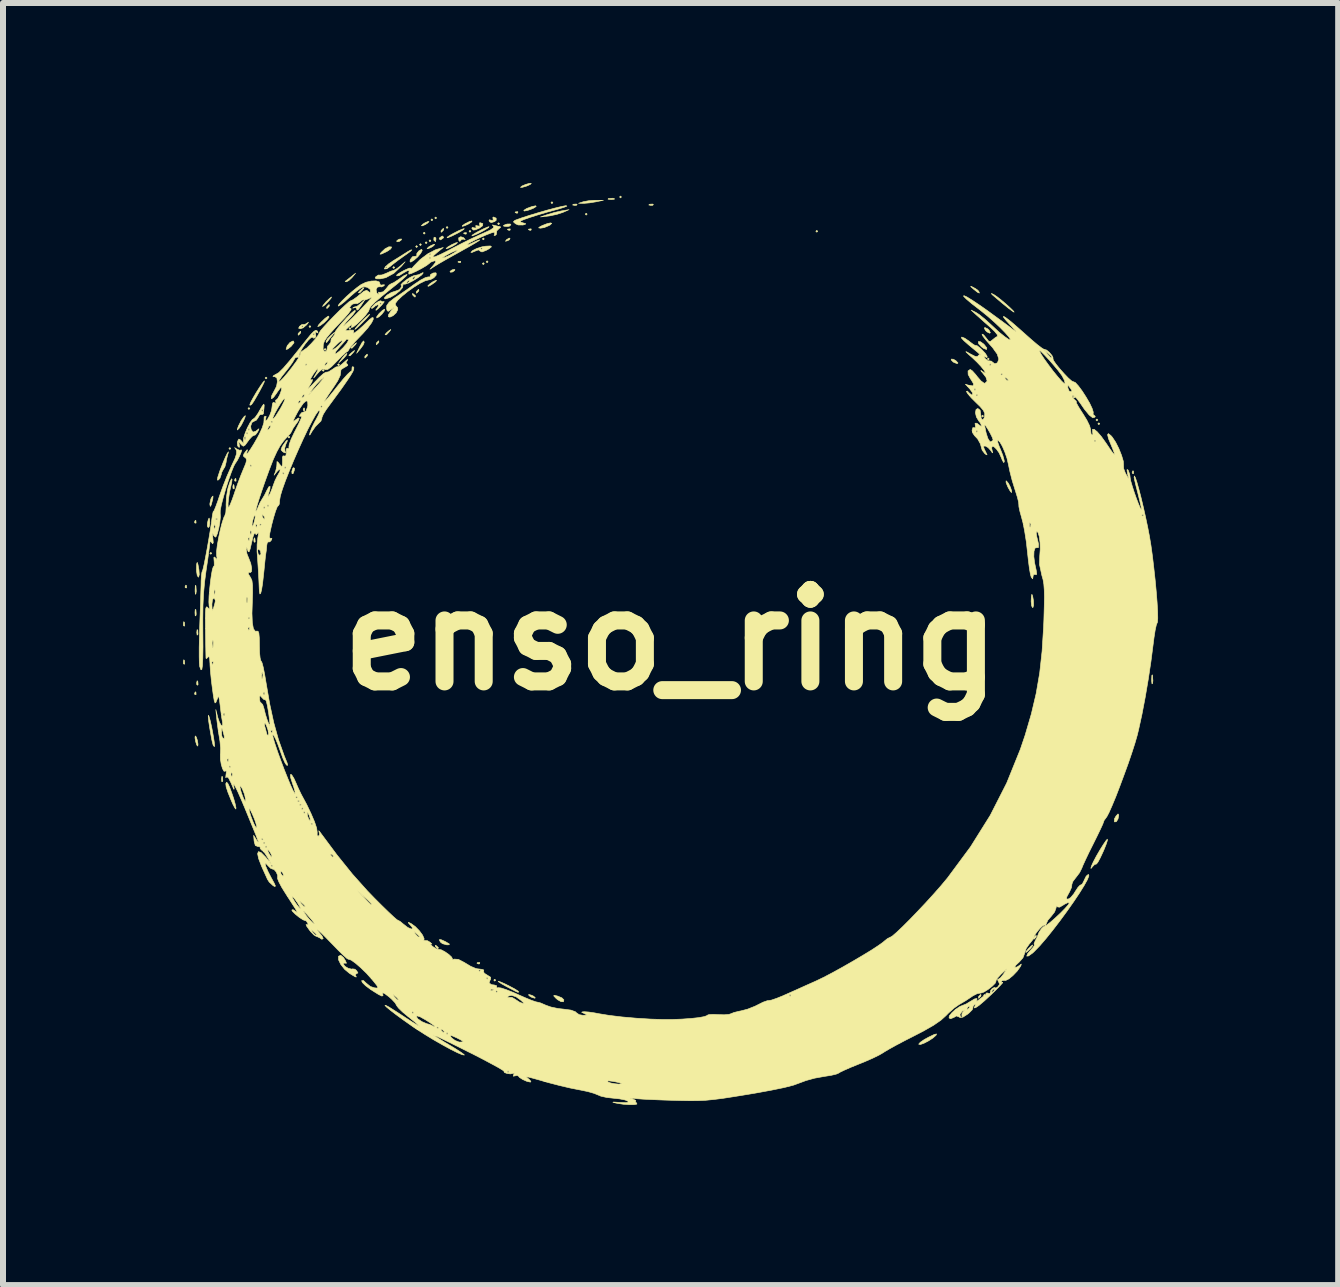
<source format=kicad_pcb>
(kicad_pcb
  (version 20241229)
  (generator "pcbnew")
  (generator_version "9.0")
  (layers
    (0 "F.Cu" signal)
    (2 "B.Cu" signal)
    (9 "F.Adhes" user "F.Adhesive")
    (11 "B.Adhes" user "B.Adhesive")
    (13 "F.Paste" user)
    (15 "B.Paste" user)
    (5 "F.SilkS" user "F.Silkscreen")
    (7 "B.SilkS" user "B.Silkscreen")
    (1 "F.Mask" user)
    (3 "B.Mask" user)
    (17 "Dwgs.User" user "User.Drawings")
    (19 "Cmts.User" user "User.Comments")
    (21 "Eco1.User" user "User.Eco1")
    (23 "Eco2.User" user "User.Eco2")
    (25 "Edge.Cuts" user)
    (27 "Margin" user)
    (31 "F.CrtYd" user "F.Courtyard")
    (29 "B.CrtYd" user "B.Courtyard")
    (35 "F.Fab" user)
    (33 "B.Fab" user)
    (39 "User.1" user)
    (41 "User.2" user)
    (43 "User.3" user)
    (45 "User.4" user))
  (footprint "enso_ring"
    (layer "F.Cu")
    (at 8.13 7.614)
    (property "Reference" "enso_ring" (at 0 0 0) (layer "F.SilkS") (effects (font (size 1.524 1.524) (thickness 0.3))))
    (attr through_hole)
    (fp_poly (pts (xy -7.652 -1.445) (xy -7.668 -1.429) (xy -7.684 -1.445) (xy -7.668 -1.46) (xy -7.652 -1.445)) (stroke (width 0.01) (type solid)) (fill yes) (layer "F.SilkS"))
    (fp_poly (pts (xy -7.334 -3.191) (xy -7.35 -3.175) (xy -7.366 -3.191) (xy -7.35 -3.207) (xy -7.334 -3.191)) (stroke (width 0.01) (type solid)) (fill yes) (layer "F.SilkS"))
    (fp_poly (pts (xy -7.017 -3.858) (xy -7.033 -3.842) (xy -7.048 -3.858) (xy -7.033 -3.873) (xy -7.017 -3.858)) (stroke (width 0.01) (type solid)) (fill yes) (layer "F.SilkS"))
    (fp_poly (pts (xy -6.731 -4.366) (xy -6.747 -4.35) (xy -6.763 -4.366) (xy -6.747 -4.381) (xy -6.731 -4.366)) (stroke (width 0.01) (type solid)) (fill yes) (layer "F.SilkS"))
    (fp_poly (pts (xy -6.35 -3.381) (xy -6.366 -3.365) (xy -6.382 -3.381) (xy -6.366 -3.397) (xy -6.35 -3.381)) (stroke (width 0.01) (type solid)) (fill yes) (layer "F.SilkS"))
    (fp_poly (pts (xy -6.001 -5.223) (xy -6.017 -5.207) (xy -6.032 -5.223) (xy -6.017 -5.239) (xy -6.001 -5.223)) (stroke (width 0.01) (type solid)) (fill yes) (layer "F.SilkS"))
    (fp_poly (pts (xy -5.779 -4.493) (xy -5.794 -4.477) (xy -5.81 -4.493) (xy -5.794 -4.508) (xy -5.779 -4.493)) (stroke (width 0.01) (type solid)) (fill yes) (layer "F.SilkS"))
    (fp_poly (pts (xy -5.747 -4.842) (xy -5.763 -4.826) (xy -5.779 -4.842) (xy -5.763 -4.858) (xy -5.747 -4.842)) (stroke (width 0.01) (type solid)) (fill yes) (layer "F.SilkS"))
    (fp_poly (pts (xy -5.524 -4.588) (xy -5.54 -4.572) (xy -5.556 -4.588) (xy -5.54 -4.604) (xy -5.524 -4.588)) (stroke (width 0.01) (type solid)) (fill yes) (layer "F.SilkS"))
    (fp_poly (pts (xy -5.334 -5.191) (xy -5.35 -5.175) (xy -5.366 -5.191) (xy -5.35 -5.207) (xy -5.334 -5.191)) (stroke (width 0.01) (type solid)) (fill yes) (layer "F.SilkS"))
    (fp_poly (pts (xy -4.604 -6.207) (xy -4.62 -6.191) (xy -4.636 -6.207) (xy -4.62 -6.223) (xy -4.604 -6.207)) (stroke (width 0.01) (type solid)) (fill yes) (layer "F.SilkS"))
    (fp_poly (pts (xy -4.223 -6.556) (xy -4.239 -6.54) (xy -4.255 -6.556) (xy -4.239 -6.572) (xy -4.223 -6.556)) (stroke (width 0.01) (type solid)) (fill yes) (layer "F.SilkS"))
    (fp_poly (pts (xy -4.159 -6.588) (xy -4.175 -6.572) (xy -4.191 -6.588) (xy -4.175 -6.604) (xy -4.159 -6.588)) (stroke (width 0.01) (type solid)) (fill yes) (layer "F.SilkS"))
    (fp_poly (pts (xy -4.096 -6.779) (xy -4.112 -6.763) (xy -4.128 -6.779) (xy -4.112 -6.795) (xy -4.096 -6.779)) (stroke (width 0.01) (type solid)) (fill yes) (layer "F.SilkS"))
    (fp_poly (pts (xy -4.064 -6.62) (xy -4.08 -6.604) (xy -4.096 -6.62) (xy -4.08 -6.636) (xy -4.064 -6.62)) (stroke (width 0.01) (type solid)) (fill yes) (layer "F.SilkS"))
    (fp_poly (pts (xy -4 -6.652) (xy -4.016 -6.636) (xy -4.032 -6.652) (xy -4.016 -6.668) (xy -4 -6.652)) (stroke (width 0.01) (type solid)) (fill yes) (layer "F.SilkS"))
    (fp_poly (pts (xy -3.969 -7.001) (xy -3.985 -6.985) (xy -4 -7.001) (xy -3.985 -7.017) (xy -3.969 -7.001)) (stroke (width 0.01) (type solid)) (fill yes) (layer "F.SilkS"))
    (fp_poly (pts (xy -3.905 -7.033) (xy -3.921 -7.017) (xy -3.937 -7.033) (xy -3.921 -7.048) (xy -3.905 -7.033)) (stroke (width 0.01) (type solid)) (fill yes) (layer "F.SilkS"))
    (fp_poly (pts (xy -3.715 -6.874) (xy -3.731 -6.858) (xy -3.747 -6.874) (xy -3.731 -6.89) (xy -3.715 -6.874)) (stroke (width 0.01) (type solid)) (fill yes) (layer "F.SilkS"))
    (fp_poly (pts (xy -3.334 -6.81) (xy -3.35 -6.795) (xy -3.365 -6.81) (xy -3.35 -6.826) (xy -3.334 -6.81)) (stroke (width 0.01) (type solid)) (fill yes) (layer "F.SilkS"))
    (fp_poly (pts (xy -3.111 -6.683) (xy -3.127 -6.668) (xy -3.143 -6.683) (xy -3.127 -6.699) (xy -3.111 -6.683)) (stroke (width 0.01) (type solid)) (fill yes) (layer "F.SilkS"))
    (fp_poly (pts (xy -3.111 -6.271) (xy -3.127 -6.255) (xy -3.143 -6.271) (xy -3.127 -6.287) (xy -3.111 -6.271)) (stroke (width 0.01) (type solid)) (fill yes) (layer "F.SilkS"))
    (fp_poly (pts (xy -3.048 -6.302) (xy -3.064 -6.287) (xy -3.08 -6.302) (xy -3.064 -6.318) (xy -3.048 -6.302)) (stroke (width 0.01) (type solid)) (fill yes) (layer "F.SilkS"))
    (fp_poly (pts (xy -2.921 5.667) (xy -2.937 5.683) (xy -2.953 5.667) (xy -2.937 5.652) (xy -2.921 5.667)) (stroke (width 0.01) (type solid)) (fill yes) (layer "F.SilkS"))
    (fp_poly (pts (xy -2.857 -6.937) (xy -2.873 -6.921) (xy -2.889 -6.937) (xy -2.873 -6.953) (xy -2.857 -6.937)) (stroke (width 0.01) (type solid)) (fill yes) (layer "F.SilkS"))
    (fp_poly (pts (xy -1.968 -7.287) (xy -1.984 -7.271) (xy -2 -7.287) (xy -1.984 -7.303) (xy -1.968 -7.287)) (stroke (width 0.01) (type solid)) (fill yes) (layer "F.SilkS"))
    (fp_poly (pts (xy -1.397 -7.096) (xy -1.413 -7.08) (xy -1.429 -7.096) (xy -1.413 -7.112) (xy -1.397 -7.096)) (stroke (width 0.01) (type solid)) (fill yes) (layer "F.SilkS"))
    (fp_poly (pts (xy -0.826 -7.382) (xy -0.841 -7.366) (xy -0.857 -7.382) (xy -0.841 -7.398) (xy -0.826 -7.382)) (stroke (width 0.01) (type solid)) (fill yes) (layer "F.SilkS"))
    (fp_poly (pts (xy 2.445 -6.81) (xy 2.429 -6.795) (xy 2.413 -6.81) (xy 2.429 -6.826) (xy 2.445 -6.81)) (stroke (width 0.01) (type solid)) (fill yes) (layer "F.SilkS"))
    (fp_poly (pts (xy 5.207 -3.731) (xy 5.191 -3.715) (xy 5.175 -3.731) (xy 5.191 -3.747) (xy 5.207 -3.731)) (stroke (width 0.01) (type solid)) (fill yes) (layer "F.SilkS"))
    (fp_poly (pts (xy 5.239 5.921) (xy 5.223 5.937) (xy 5.207 5.921) (xy 5.223 5.905) (xy 5.239 5.921)) (stroke (width 0.01) (type solid)) (fill yes) (layer "F.SilkS"))
    (fp_poly (pts (xy 5.302 -4.683) (xy 5.286 -4.667) (xy 5.271 -4.683) (xy 5.286 -4.699) (xy 5.302 -4.683)) (stroke (width 0.01) (type solid)) (fill yes) (layer "F.SilkS"))
    (fp_poly (pts (xy 6.731 -4.048) (xy 6.715 -4.032) (xy 6.699 -4.048) (xy 6.715 -4.064) (xy 6.731 -4.048)) (stroke (width 0.01) (type solid)) (fill yes) (layer "F.SilkS"))
    (fp_poly (pts (xy 7.112 -3.667) (xy 7.096 -3.651) (xy 7.08 -3.667) (xy 7.096 -3.683) (xy 7.112 -3.667)) (stroke (width 0.01) (type solid)) (fill yes) (layer "F.SilkS"))
    (fp_poly (pts (xy 7.144 -3.604) (xy 7.128 -3.588) (xy 7.112 -3.604) (xy 7.128 -3.619) (xy 7.144 -3.604)) (stroke (width 0.01) (type solid)) (fill yes) (layer "F.SilkS"))
    (fp_poly (pts (xy -8.106 -0.292) (xy -8.103 -0.242) (xy -8.109 -0.231) (xy -8.123 -0.24) (xy -8.125 -0.273) (xy -8.118 -0.306) (xy -8.106 -0.292)) (stroke (width 0.01) (type solid)) (fill yes) (layer "F.SilkS"))
    (fp_poly (pts (xy -8.106 0.343) (xy -8.103 0.393) (xy -8.109 0.404) (xy -8.123 0.395) (xy -8.125 0.362) (xy -8.118 0.329) (xy -8.106 0.343)) (stroke (width 0.01) (type solid)) (fill yes) (layer "F.SilkS"))
    (fp_poly (pts (xy -8.075 -0.91) (xy -8.071 -0.872) (xy -8.075 -0.868) (xy -8.094 -0.872) (xy -8.096 -0.889) (xy -8.085 -0.915) (xy -8.075 -0.91)) (stroke (width 0.01) (type solid)) (fill yes) (layer "F.SilkS"))
    (fp_poly (pts (xy -7.916 -1.99) (xy -7.913 -1.952) (xy -7.916 -1.947) (xy -7.935 -1.952) (xy -7.938 -1.968) (xy -7.926 -1.995) (xy -7.916 -1.99)) (stroke (width 0.01) (type solid)) (fill yes) (layer "F.SilkS"))
    (fp_poly (pts (xy -7.916 0.868) (xy -7.913 0.906) (xy -7.916 0.91) (xy -7.935 0.906) (xy -7.938 0.889) (xy -7.926 0.863) (xy -7.916 0.868)) (stroke (width 0.01) (type solid)) (fill yes) (layer "F.SilkS"))
    (fp_poly (pts (xy -7.885 -0.167) (xy -7.881 -0.102) (xy -7.885 -0.087) (xy -7.896 -0.083) (xy -7.901 -0.127) (xy -7.896 -0.172) (xy -7.885 -0.167)) (stroke (width 0.01) (type solid)) (fill yes) (layer "F.SilkS"))
    (fp_poly (pts (xy -7.884 0.693) (xy -7.88 0.742) (xy -7.887 0.753) (xy -7.901 0.744) (xy -7.903 0.712) (xy -7.895 0.678) (xy -7.884 0.693)) (stroke (width 0.01) (type solid)) (fill yes) (layer "F.SilkS"))
    (fp_poly (pts (xy -7.472 2.278) (xy -7.468 2.343) (xy -7.472 2.357) (xy -7.484 2.361) (xy -7.488 2.318) (xy -7.483 2.273) (xy -7.472 2.278)) (stroke (width 0.01) (type solid)) (fill yes) (layer "F.SilkS"))
    (fp_poly (pts (xy -7.281 -2.578) (xy -7.277 -2.528) (xy -7.283 -2.517) (xy -7.298 -2.526) (xy -7.3 -2.559) (xy -7.292 -2.592) (xy -7.281 -2.578)) (stroke (width 0.01) (type solid)) (fill yes) (layer "F.SilkS"))
    (fp_poly (pts (xy -7.25 -2.688) (xy -7.246 -2.65) (xy -7.25 -2.646) (xy -7.268 -2.65) (xy -7.271 -2.667) (xy -7.259 -2.693) (xy -7.25 -2.688)) (stroke (width 0.01) (type solid)) (fill yes) (layer "F.SilkS"))
    (fp_poly (pts (xy -6.932 -1.689) (xy -6.928 -1.639) (xy -6.934 -1.628) (xy -6.948 -1.637) (xy -6.951 -1.67) (xy -6.943 -1.703) (xy -6.932 -1.689)) (stroke (width 0.01) (type solid)) (fill yes) (layer "F.SilkS"))
    (fp_poly (pts (xy -6.107 -3.863) (xy -6.103 -3.825) (xy -6.107 -3.821) (xy -6.125 -3.825) (xy -6.128 -3.842) (xy -6.116 -3.868) (xy -6.107 -3.863)) (stroke (width 0.01) (type solid)) (fill yes) (layer "F.SilkS"))
    (fp_poly (pts (xy -3.503 -6.308) (xy -3.507 -6.289) (xy -3.524 -6.287) (xy -3.55 -6.298) (xy -3.545 -6.308) (xy -3.508 -6.311) (xy -3.503 -6.308)) (stroke (width 0.01) (type solid)) (fill yes) (layer "F.SilkS"))
    (fp_poly (pts (xy -3.408 -6.784) (xy -3.412 -6.765) (xy -3.429 -6.763) (xy -3.455 -6.774) (xy -3.45 -6.784) (xy -3.412 -6.788) (xy -3.408 -6.784)) (stroke (width 0.01) (type solid)) (fill yes) (layer "F.SilkS"))
    (fp_poly (pts (xy -3.186 5.376) (xy -3.19 5.395) (xy -3.207 5.397) (xy -3.233 5.386) (xy -3.228 5.376) (xy -3.19 5.373) (xy -3.186 5.376)) (stroke (width 0.01) (type solid)) (fill yes) (layer "F.SilkS"))
    (fp_poly (pts (xy -2.678 -6.847) (xy -2.682 -6.829) (xy -2.699 -6.826) (xy -2.725 -6.838) (xy -2.72 -6.847) (xy -2.682 -6.851) (xy -2.678 -6.847)) (stroke (width 0.01) (type solid)) (fill yes) (layer "F.SilkS"))
    (fp_poly (pts (xy -2.551 -7.133) (xy -2.555 -7.114) (xy -2.572 -7.112) (xy -2.598 -7.124) (xy -2.593 -7.133) (xy -2.555 -7.137) (xy -2.551 -7.133)) (stroke (width 0.01) (type solid)) (fill yes) (layer "F.SilkS"))
    (fp_poly (pts (xy -2.328 -6.847) (xy -2.333 -6.829) (xy -2.349 -6.826) (xy -2.376 -6.838) (xy -2.371 -6.847) (xy -2.333 -6.851) (xy -2.328 -6.847)) (stroke (width 0.01) (type solid)) (fill yes) (layer "F.SilkS"))
    (fp_poly (pts (xy -1.564 -7.258) (xy -1.574 -7.244) (xy -1.606 -7.242) (xy -1.64 -7.249) (xy -1.625 -7.261) (xy -1.576 -7.264) (xy -1.564 -7.258)) (stroke (width 0.01) (type solid)) (fill yes) (layer "F.SilkS"))
    (fp_poly (pts (xy -0.294 -7.258) (xy -0.304 -7.244) (xy -0.336 -7.242) (xy -0.37 -7.249) (xy -0.355 -7.261) (xy -0.306 -7.264) (xy -0.294 -7.258)) (stroke (width 0.01) (type solid)) (fill yes) (layer "F.SilkS"))
    (fp_poly (pts (xy 7.705 -2.815) (xy 7.708 -2.777) (xy 7.705 -2.773) (xy 7.686 -2.777) (xy 7.684 -2.794) (xy 7.695 -2.82) (xy 7.705 -2.815)) (stroke (width 0.01) (type solid)) (fill yes) (layer "F.SilkS"))
    (fp_poly (pts (xy -6.273 -2.861) (xy -6.277 -2.826) (xy -6.298 -2.771) (xy -6.314 -2.771) (xy -6.318 -2.808) (xy -6.301 -2.861) (xy -6.289 -2.872) (xy -6.273 -2.861)) (stroke (width 0.01) (type solid)) (fill yes) (layer "F.SilkS"))
    (fp_poly (pts (xy -5.112 -4.957) (xy -5.13 -4.914) (xy -5.175 -4.853) (xy -5.238 -4.778) (xy -5.188 -4.882) (xy -5.145 -4.961) (xy -5.119 -4.984) (xy -5.112 -4.957)) (stroke (width 0.01) (type solid)) (fill yes) (layer "F.SilkS"))
    (fp_poly (pts (xy -4.493 -6.667) (xy -4.527 -6.641) (xy -4.563 -6.636) (xy -4.572 -6.648) (xy -4.547 -6.669) (xy -4.523 -6.68) (xy -4.49 -6.682) (xy -4.493 -6.667)) (stroke (width 0.01) (type solid)) (fill yes) (layer "F.SilkS"))
    (fp_poly (pts (xy -4.291 -5.766) (xy -4.257 -5.734) (xy -4.264 -5.715) (xy -4.269 -5.715) (xy -4.295 -5.738) (xy -4.305 -5.752) (xy -4.309 -5.773) (xy -4.291 -5.766)) (stroke (width 0.01) (type solid)) (fill yes) (layer "F.SilkS"))
    (fp_poly (pts (xy -3.919 -6.702) (xy -3.916 -6.682) (xy -3.923 -6.639) (xy -3.946 -6.656) (xy -3.952 -6.665) (xy -3.95 -6.705) (xy -3.943 -6.712) (xy -3.919 -6.702)) (stroke (width 0.01) (type solid)) (fill yes) (layer "F.SilkS"))
    (fp_poly (pts (xy -3.91 5.093) (xy -3.876 5.125) (xy -3.883 5.143) (xy -3.888 5.144) (xy -3.914 5.121) (xy -3.924 5.107) (xy -3.928 5.085) (xy -3.91 5.093)) (stroke (width 0.01) (type solid)) (fill yes) (layer "F.SilkS"))
    (fp_poly (pts (xy -3.604 -6.159) (xy -3.638 -6.133) (xy -3.674 -6.128) (xy -3.683 -6.14) (xy -3.658 -6.161) (xy -3.634 -6.172) (xy -3.601 -6.174) (xy -3.604 -6.159)) (stroke (width 0.01) (type solid)) (fill yes) (layer "F.SilkS"))
    (fp_poly (pts (xy -2.682 -6.693) (xy -2.692 -6.67) (xy -2.721 -6.654) (xy -2.758 -6.644) (xy -2.743 -6.667) (xy -2.739 -6.671) (xy -2.697 -6.697) (xy -2.682 -6.693)) (stroke (width 0.01) (type solid)) (fill yes) (layer "F.SilkS"))
    (fp_poly (pts (xy -7.917 -0.505) (xy -7.915 -0.499) (xy -7.911 -0.43) (xy -7.917 -0.404) (xy -7.927 -0.403) (xy -7.931 -0.453) (xy -7.931 -0.46) (xy -7.927 -0.51) (xy -7.917 -0.505)) (stroke (width 0.01) (type solid)) (fill yes) (layer "F.SilkS"))
    (fp_poly (pts (xy -7.915 -0.897) (xy -7.91 -0.814) (xy -7.916 -0.77) (xy -7.924 -0.762) (xy -7.929 -0.808) (xy -7.929 -0.841) (xy -7.926 -0.903) (xy -7.919 -0.912) (xy -7.915 -0.897)) (stroke (width 0.01) (type solid)) (fill yes) (layer "F.SilkS"))
    (fp_poly (pts (xy -7.911 1.614) (xy -7.892 1.669) (xy -7.881 1.736) (xy -7.885 1.767) (xy -7.901 1.751) (xy -7.919 1.696) (xy -7.931 1.63) (xy -7.927 1.598) (xy -7.911 1.614)) (stroke (width 0.01) (type solid)) (fill yes) (layer "F.SilkS"))
    (fp_poly (pts (xy -7.687 -2.005) (xy -7.684 -1.953) (xy -7.693 -1.893) (xy -7.711 -1.873) (xy -7.726 -1.9) (xy -7.723 -1.953) (xy -7.708 -2.012) (xy -7.696 -2.032) (xy -7.687 -2.005)) (stroke (width 0.01) (type solid)) (fill yes) (layer "F.SilkS"))
    (fp_poly (pts (xy -6.169 -5.123) (xy -6.175 -5.112) (xy -6.205 -5.081) (xy -6.211 -5.08) (xy -6.213 -5.101) (xy -6.207 -5.112) (xy -6.177 -5.142) (xy -6.172 -5.144) (xy -6.169 -5.123)) (stroke (width 0.01) (type solid)) (fill yes) (layer "F.SilkS"))
    (fp_poly (pts (xy -5.693 -5.567) (xy -5.699 -5.556) (xy -5.729 -5.526) (xy -5.735 -5.524) (xy -5.737 -5.545) (xy -5.731 -5.556) (xy -5.701 -5.587) (xy -5.695 -5.588) (xy -5.693 -5.567)) (stroke (width 0.01) (type solid)) (fill yes) (layer "F.SilkS"))
    (fp_poly (pts (xy -5.399 -4.774) (xy -5.41 -4.746) (xy -5.454 -4.695) (xy -5.459 -4.69) (xy -5.534 -4.62) (xy -5.474 -4.704) (xy -5.429 -4.757) (xy -5.401 -4.775) (xy -5.399 -4.774)) (stroke (width 0.01) (type solid)) (fill yes) (layer "F.SilkS"))
    (fp_poly (pts (xy -5.28 -4.809) (xy -5.298 -4.786) (xy -5.345 -4.737) (xy -5.365 -4.737) (xy -5.366 -4.743) (xy -5.344 -4.769) (xy -5.31 -4.798) (xy -5.273 -4.826) (xy -5.28 -4.809)) (stroke (width 0.01) (type solid)) (fill yes) (layer "F.SilkS"))
    (fp_poly (pts (xy -5.249 -4.936) (xy -5.266 -4.913) (xy -5.313 -4.864) (xy -5.333 -4.864) (xy -5.334 -4.87) (xy -5.312 -4.896) (xy -5.278 -4.925) (xy -5.241 -4.953) (xy -5.249 -4.936)) (stroke (width 0.01) (type solid)) (fill yes) (layer "F.SilkS"))
    (fp_poly (pts (xy -5.122 -5.857) (xy -5.139 -5.834) (xy -5.186 -5.785) (xy -5.206 -5.785) (xy -5.207 -5.79) (xy -5.185 -5.817) (xy -5.151 -5.846) (xy -5.114 -5.874) (xy -5.122 -5.857)) (stroke (width 0.01) (type solid)) (fill yes) (layer "F.SilkS"))
    (fp_poly (pts (xy -5.058 -4.742) (xy -5.064 -4.731) (xy -5.094 -4.7) (xy -5.1 -4.699) (xy -5.102 -4.72) (xy -5.096 -4.731) (xy -5.066 -4.761) (xy -5.06 -4.763) (xy -5.058 -4.742)) (stroke (width 0.01) (type solid)) (fill yes) (layer "F.SilkS"))
    (fp_poly (pts (xy -4.868 -4.964) (xy -4.874 -4.953) (xy -4.904 -4.923) (xy -4.909 -4.921) (xy -4.911 -4.942) (xy -4.905 -4.953) (xy -4.875 -4.983) (xy -4.87 -4.985) (xy -4.868 -4.964)) (stroke (width 0.01) (type solid)) (fill yes) (layer "F.SilkS"))
    (fp_poly (pts (xy -4.677 -5.159) (xy -4.695 -5.136) (xy -4.741 -5.086) (xy -4.762 -5.086) (xy -4.763 -5.092) (xy -4.741 -5.118) (xy -4.707 -5.148) (xy -4.669 -5.175) (xy -4.677 -5.159)) (stroke (width 0.01) (type solid)) (fill yes) (layer "F.SilkS"))
    (fp_poly (pts (xy -4.201 -5.821) (xy -4.207 -5.81) (xy -4.237 -5.78) (xy -4.242 -5.779) (xy -4.245 -5.799) (xy -4.239 -5.81) (xy -4.209 -5.841) (xy -4.203 -5.842) (xy -4.201 -5.821)) (stroke (width 0.01) (type solid)) (fill yes) (layer "F.SilkS"))
    (fp_poly (pts (xy -4.032 -6.971) (xy -4.057 -6.946) (xy -4.096 -6.921) (xy -4.145 -6.901) (xy -4.159 -6.903) (xy -4.135 -6.929) (xy -4.096 -6.953) (xy -4.047 -6.974) (xy -4.032 -6.971)) (stroke (width 0.01) (type solid)) (fill yes) (layer "F.SilkS"))
    (fp_poly (pts (xy -3.937 -6.59) (xy -3.961 -6.565) (xy -4 -6.54) (xy -4.05 -6.52) (xy -4.064 -6.522) (xy -4.04 -6.548) (xy -4 -6.572) (xy -3.951 -6.593) (xy -3.937 -6.59)) (stroke (width 0.01) (type solid)) (fill yes) (layer "F.SilkS"))
    (fp_poly (pts (xy -3.789 -6.711) (xy -3.794 -6.699) (xy -3.836 -6.669) (xy -3.845 -6.668) (xy -3.863 -6.687) (xy -3.858 -6.699) (xy -3.816 -6.73) (xy -3.806 -6.731) (xy -3.789 -6.711)) (stroke (width 0.01) (type solid)) (fill yes) (layer "F.SilkS"))
    (fp_poly (pts (xy -3.788 -6.837) (xy -3.794 -6.826) (xy -3.824 -6.796) (xy -3.83 -6.795) (xy -3.832 -6.815) (xy -3.826 -6.826) (xy -3.796 -6.857) (xy -3.79 -6.858) (xy -3.788 -6.837)) (stroke (width 0.01) (type solid)) (fill yes) (layer "F.SilkS"))
    (fp_poly (pts (xy -2.667 -6.919) (xy -2.694 -6.895) (xy -2.731 -6.89) (xy -2.782 -6.895) (xy -2.794 -6.902) (xy -2.768 -6.919) (xy -2.731 -6.931) (xy -2.68 -6.932) (xy -2.667 -6.919)) (stroke (width 0.01) (type solid)) (fill yes) (layer "F.SilkS"))
    (fp_poly (pts (xy -2.313 5.922) (xy -2.286 5.937) (xy -2.261 5.962) (xy -2.27 5.968) (xy -2.322 5.952) (xy -2.349 5.937) (xy -2.375 5.912) (xy -2.365 5.906) (xy -2.313 5.922)) (stroke (width 0.01) (type solid)) (fill yes) (layer "F.SilkS"))
    (fp_poly (pts (xy -0.944 -7.355) (xy -0.943 -7.345) (xy -0.993 -7.34) (xy -1 -7.34) (xy -1.049 -7.345) (xy -1.045 -7.355) (xy -1.039 -7.356) (xy -0.97 -7.361) (xy -0.944 -7.355)) (stroke (width 0.01) (type solid)) (fill yes) (layer "F.SilkS"))
    (fp_poly (pts (xy 4.706 -4.678) (xy 4.749 -4.652) (xy 4.782 -4.616) (xy 4.768 -4.605) (xy 4.718 -4.624) (xy 4.7 -4.634) (xy 4.669 -4.667) (xy 4.67 -4.681) (xy 4.706 -4.678)) (stroke (width 0.01) (type solid)) (fill yes) (layer "F.SilkS"))
    (fp_poly (pts (xy 5.039 -5.875) (xy 5.101 -5.837) (xy 5.128 -5.81) (xy 5.138 -5.781) (xy 5.107 -5.794) (xy 5.044 -5.844) (xy 4.996 -5.887) (xy 4.995 -5.895) (xy 5.039 -5.875)) (stroke (width 0.01) (type solid)) (fill yes) (layer "F.SilkS"))
    (fp_poly (pts (xy 5.165 5.926) (xy 5.159 5.937) (xy 5.129 5.968) (xy 5.124 5.969) (xy 5.122 5.948) (xy 5.128 5.937) (xy 5.158 5.907) (xy 5.163 5.905) (xy 5.165 5.926)) (stroke (width 0.01) (type solid)) (fill yes) (layer "F.SilkS"))
    (fp_poly (pts (xy 5.276 -5.185) (xy 5.302 -5.159) (xy 5.321 -5.121) (xy 5.31 -5.112) (xy 5.265 -5.134) (xy 5.239 -5.159) (xy 5.22 -5.198) (xy 5.231 -5.207) (xy 5.276 -5.185)) (stroke (width 0.01) (type solid)) (fill yes) (layer "F.SilkS"))
    (fp_poly (pts (xy 6.02 5.1) (xy 5.985 5.144) (xy 5.937 5.19) (xy 5.912 5.207) (xy 5.918 5.187) (xy 5.953 5.144) (xy 6.001 5.097) (xy 6.026 5.08) (xy 6.02 5.1)) (stroke (width 0.01) (type solid)) (fill yes) (layer "F.SilkS"))
    (fp_poly (pts (xy 6.086 4.942) (xy 6.08 4.953) (xy 6.05 4.983) (xy 6.045 4.985) (xy 6.042 4.964) (xy 6.048 4.953) (xy 6.078 4.923) (xy 6.084 4.921) (xy 6.086 4.942)) (stroke (width 0.01) (type solid)) (fill yes) (layer "F.SilkS"))
    (fp_poly (pts (xy 8.023 0.596) (xy 8.029 0.678) (xy 8.023 0.723) (xy 8.014 0.73) (xy 8.009 0.685) (xy 8.009 0.651) (xy 8.012 0.589) (xy 8.019 0.58) (xy 8.023 0.596)) (stroke (width 0.01) (type solid)) (fill yes) (layer "F.SilkS"))
    (fp_poly (pts (xy -7.633 -2.362) (xy -7.639 -2.334) (xy -7.661 -2.251) (xy -7.676 -2.226) (xy -7.683 -2.259) (xy -7.683 -2.273) (xy -7.666 -2.351) (xy -7.65 -2.381) (xy -7.631 -2.399) (xy -7.633 -2.362)) (stroke (width 0.01) (type solid)) (fill yes) (layer "F.SilkS"))
    (fp_poly (pts (xy -5.667 -5.048) (xy -5.713 -4.989) (xy -5.738 -4.956) (xy -5.738 -4.956) (xy -5.746 -4.966) (xy -5.747 -4.975) (xy -5.725 -5.016) (xy -5.675 -5.067) (xy -5.604 -5.128) (xy -5.667 -5.048)) (stroke (width 0.01) (type solid)) (fill yes) (layer "F.SilkS"))
    (fp_poly (pts (xy -5.315 -6.04) (xy -5.369 -5.989) (xy -5.408 -5.969) (xy -5.429 -5.975) (xy -5.427 -5.977) (xy -5.395 -6.001) (xy -5.337 -6.047) (xy -5.334 -6.049) (xy -5.255 -6.112) (xy -5.315 -6.04)) (stroke (width 0.01) (type solid)) (fill yes) (layer "F.SilkS"))
    (fp_poly (pts (xy -3.765 5.022) (xy -3.747 5.032) (xy -3.694 5.064) (xy -3.696 5.077) (xy -3.735 5.079) (xy -3.808 5.059) (xy -3.842 5.032) (xy -3.862 4.994) (xy -3.835 4.991) (xy -3.765 5.022)) (stroke (width 0.01) (type solid)) (fill yes) (layer "F.SilkS"))
    (fp_poly (pts (xy -1.887 5.933) (xy -1.818 5.962) (xy -1.785 5.995) (xy -1.792 6.027) (xy -1.832 6.025) (xy -1.889 5.993) (xy -1.917 5.969) (xy -1.955 5.928) (xy -1.944 5.919) (xy -1.887 5.933)) (stroke (width 0.01) (type solid)) (fill yes) (layer "F.SilkS"))
    (fp_poly (pts (xy 7.459 2.913) (xy 7.46 2.921) (xy 7.448 2.981) (xy 7.421 3.025) (xy 7.393 3.031) (xy 7.387 3.024) (xy 7.389 2.978) (xy 7.414 2.934) (xy 7.448 2.897) (xy 7.459 2.913)) (stroke (width 0.01) (type solid)) (fill yes) (layer "F.SilkS"))
    (fp_poly (pts (xy -7.881 -1.256) (xy -7.865 -1.167) (xy -7.86 -1.09) (xy -7.871 -1.05) (xy -7.876 -1.048) (xy -7.894 -1.076) (xy -7.905 -1.147) (xy -7.906 -1.18) (xy -7.903 -1.268) (xy -7.894 -1.294) (xy -7.881 -1.256)) (stroke (width 0.01) (type solid)) (fill yes) (layer "F.SilkS"))
    (fp_poly (pts (xy -7.095 -3.719) (xy -7.116 -3.667) (xy -7.158 -3.584) (xy -7.199 -3.524) (xy -7.226 -3.5) (xy -7.224 -3.52) (xy -7.204 -3.572) (xy -7.162 -3.655) (xy -7.12 -3.715) (xy -7.093 -3.739) (xy -7.095 -3.719)) (stroke (width 0.01) (type solid)) (fill yes) (layer "F.SilkS"))
    (fp_poly (pts (xy -6.29 -4.981) (xy -6.281 -4.953) (xy -6.325 -4.898) (xy -6.332 -4.891) (xy -6.385 -4.849) (xy -6.412 -4.842) (xy -6.413 -4.846) (xy -6.394 -4.904) (xy -6.349 -4.957) (xy -6.301 -4.982) (xy -6.29 -4.981)) (stroke (width 0.01) (type solid)) (fill yes) (layer "F.SilkS"))
    (fp_poly (pts (xy -3.905 -5.99) (xy -3.929 -5.965) (xy -3.986 -5.924) (xy -3.989 -5.922) (xy -4.039 -5.894) (xy -4.052 -5.899) (xy -4.05 -5.902) (xy -4.016 -5.936) (xy -3.965 -5.971) (xy -3.92 -5.992) (xy -3.905 -5.99)) (stroke (width 0.01) (type solid)) (fill yes) (layer "F.SilkS"))
    (fp_poly (pts (xy -3.458 -6.706) (xy -3.45 -6.698) (xy -3.429 -6.671) (xy -3.45 -6.679) (xy -3.491 -6.676) (xy -3.5 -6.661) (xy -3.519 -6.641) (xy -3.535 -6.659) (xy -3.538 -6.701) (xy -3.504 -6.72) (xy -3.458 -6.706)) (stroke (width 0.01) (type solid)) (fill yes) (layer "F.SilkS"))
    (fp_poly (pts (xy -3.318 -6.97) (xy -3.363 -6.939) (xy -3.365 -6.937) (xy -3.434 -6.904) (xy -3.477 -6.892) (xy -3.476 -6.905) (xy -3.431 -6.936) (xy -3.429 -6.937) (xy -3.361 -6.971) (xy -3.318 -6.983) (xy -3.318 -6.97)) (stroke (width 0.01) (type solid)) (fill yes) (layer "F.SilkS"))
    (fp_poly (pts (xy -1.987 -6.943) (xy -2.013 -6.917) (xy -2.032 -6.906) (xy -2.113 -6.872) (xy -2.175 -6.862) (xy -2.206 -6.868) (xy -2.183 -6.887) (xy -2.143 -6.907) (xy -2.063 -6.938) (xy -2.008 -6.95) (xy -1.987 -6.943)) (stroke (width 0.01) (type solid)) (fill yes) (layer "F.SilkS"))
    (fp_poly (pts (xy -1.8 -7.126) (xy -1.9 -7.093) (xy -2.016 -7.068) (xy -2.038 -7.065) (xy -2.175 -7.049) (xy -2.048 -7.092) (xy -1.935 -7.125) (xy -1.824 -7.15) (xy -1.81 -7.152) (xy -1.699 -7.171) (xy -1.8 -7.126)) (stroke (width 0.01) (type solid)) (fill yes) (layer "F.SilkS"))
    (fp_poly (pts (xy -1.127 -7.327) (xy -1.254 -7.301) (xy -1.357 -7.284) (xy -1.448 -7.276) (xy -1.46 -7.276) (xy -1.54 -7.277) (xy -1.46 -7.303) (xy -1.375 -7.319) (xy -1.27 -7.327) (xy -1.254 -7.327) (xy -1.127 -7.327)) (stroke (width 0.01) (type solid)) (fill yes) (layer "F.SilkS"))
    (fp_poly (pts (xy 5.157 -4.97) (xy 5.212 -4.93) (xy 5.214 -4.928) (xy 5.262 -4.868) (xy 5.259 -4.841) (xy 5.214 -4.856) (xy 5.172 -4.886) (xy 5.126 -4.936) (xy 5.12 -4.971) (xy 5.121 -4.972) (xy 5.157 -4.97)) (stroke (width 0.01) (type solid)) (fill yes) (layer "F.SilkS"))
    (fp_poly (pts (xy 5.589 -2.65) (xy 5.622 -2.611) (xy 5.654 -2.548) (xy 5.675 -2.487) (xy 5.674 -2.457) (xy 5.655 -2.475) (xy 5.621 -2.534) (xy 5.609 -2.558) (xy 5.583 -2.623) (xy 5.583 -2.652) (xy 5.589 -2.65)) (stroke (width 0.01) (type solid)) (fill yes) (layer "F.SilkS"))
    (fp_poly (pts (xy -5.698 -5.38) (xy -5.728 -5.339) (xy -5.779 -5.288) (xy -5.838 -5.243) (xy -5.858 -5.232) (xy -5.886 -5.223) (xy -5.869 -5.253) (xy -5.828 -5.298) (xy -5.764 -5.359) (xy -5.715 -5.394) (xy -5.704 -5.397) (xy -5.698 -5.38)) (stroke (width 0.01) (type solid)) (fill yes) (layer "F.SilkS"))
    (fp_poly (pts (xy -4.771 -5.512) (xy -4.778 -5.481) (xy -4.815 -5.432) (xy -4.863 -5.387) (xy -4.901 -5.366) (xy -4.902 -5.366) (xy -4.904 -5.385) (xy -4.868 -5.434) (xy -4.858 -5.445) (xy -4.805 -5.495) (xy -4.773 -5.512) (xy -4.771 -5.512)) (stroke (width 0.01) (type solid)) (fill yes) (layer "F.SilkS"))
    (fp_poly (pts (xy -4.659 -6.55) (xy -4.655 -6.546) (xy -4.67 -6.517) (xy -4.727 -6.478) (xy -4.754 -6.464) (xy -4.824 -6.432) (xy -4.847 -6.429) (xy -4.832 -6.454) (xy -4.826 -6.461) (xy -4.764 -6.519) (xy -4.701 -6.552) (xy -4.659 -6.55)) (stroke (width 0.01) (type solid)) (fill yes) (layer "F.SilkS"))
    (fp_poly (pts (xy -2.328 -7.609) (xy -2.345 -7.591) (xy -2.403 -7.565) (xy -2.411 -7.562) (xy -2.477 -7.543) (xy -2.508 -7.542) (xy -2.508 -7.543) (xy -2.482 -7.565) (xy -2.424 -7.59) (xy -2.362 -7.608) (xy -2.328 -7.609) (xy -2.328 -7.609)) (stroke (width 0.01) (type solid)) (fill yes) (layer "F.SilkS"))
    (fp_poly (pts (xy -6.397 -3.304) (xy -6.415 -3.268) (xy -6.436 -3.198) (xy -6.433 -3.157) (xy -6.421 -3.118) (xy -6.444 -3.122) (xy -6.472 -3.14) (xy -6.497 -3.169) (xy -6.482 -3.215) (xy -6.461 -3.25) (xy -6.415 -3.313) (xy -6.392 -3.332) (xy -6.397 -3.304)) (stroke (width 0.01) (type solid)) (fill yes) (layer "F.SilkS"))
    (fp_poly (pts (xy -5.665 -5.695) (xy -5.705 -5.646) (xy -5.715 -5.636) (xy -5.769 -5.582) (xy -5.804 -5.557) (xy -5.805 -5.556) (xy -5.797 -5.576) (xy -5.756 -5.625) (xy -5.747 -5.636) (xy -5.692 -5.689) (xy -5.658 -5.715) (xy -5.656 -5.715) (xy -5.665 -5.695)) (stroke (width 0.01) (type solid)) (fill yes) (layer "F.SilkS"))
    (fp_poly (pts (xy -5.031 -5.409) (xy -5.076 -5.356) (xy -5.128 -5.302) (xy -5.198 -5.233) (xy -5.25 -5.187) (xy -5.268 -5.175) (xy -5.256 -5.196) (xy -5.211 -5.248) (xy -5.159 -5.302) (xy -5.089 -5.372) (xy -5.037 -5.418) (xy -5.019 -5.429) (xy -5.031 -5.409)) (stroke (width 0.01) (type solid)) (fill yes) (layer "F.SilkS"))
    (fp_poly (pts (xy -3.556 -6.622) (xy -3.581 -6.598) (xy -3.642 -6.561) (xy -3.651 -6.556) (xy -3.715 -6.528) (xy -3.746 -6.521) (xy -3.747 -6.523) (xy -3.721 -6.547) (xy -3.66 -6.584) (xy -3.651 -6.588) (xy -3.588 -6.617) (xy -3.557 -6.623) (xy -3.556 -6.622)) (stroke (width 0.01) (type solid)) (fill yes) (layer "F.SilkS"))
    (fp_poly (pts (xy -3.452 -6.842) (xy -3.503 -6.809) (xy -3.556 -6.779) (xy -3.644 -6.735) (xy -3.71 -6.707) (xy -3.731 -6.702) (xy -3.724 -6.715) (xy -3.673 -6.749) (xy -3.619 -6.779) (xy -3.532 -6.823) (xy -3.465 -6.85) (xy -3.445 -6.855) (xy -3.452 -6.842)) (stroke (width 0.01) (type solid)) (fill yes) (layer "F.SilkS"))
    (fp_poly (pts (xy -3.039 -6.874) (xy -3.09 -6.84) (xy -3.143 -6.81) (xy -3.231 -6.766) (xy -3.298 -6.739) (xy -3.318 -6.734) (xy -3.311 -6.747) (xy -3.26 -6.78) (xy -3.207 -6.81) (xy -3.119 -6.854) (xy -3.052 -6.882) (xy -3.032 -6.887) (xy -3.039 -6.874)) (stroke (width 0.01) (type solid)) (fill yes) (layer "F.SilkS"))
    (fp_poly (pts (xy -2.913 -7.029) (xy -2.913 -6.992) (xy -2.94 -6.972) (xy -2.994 -6.955) (xy -3.02 -6.967) (xy -3.032 -6.985) (xy -3.027 -7.002) (xy -2.997 -6.995) (xy -2.96 -6.99) (xy -2.965 -7.011) (xy -2.968 -7.044) (xy -2.956 -7.048) (xy -2.913 -7.029)) (stroke (width 0.01) (type solid)) (fill yes) (layer "F.SilkS"))
    (fp_poly (pts (xy -2.254 -7.235) (xy -2.246 -7.224) (xy -2.288 -7.197) (xy -2.302 -7.19) (xy -2.383 -7.16) (xy -2.444 -7.148) (xy -2.445 -7.148) (xy -2.453 -7.159) (xy -2.411 -7.186) (xy -2.397 -7.193) (xy -2.316 -7.223) (xy -2.255 -7.235) (xy -2.254 -7.235)) (stroke (width 0.01) (type solid)) (fill yes) (layer "F.SilkS"))
    (fp_poly (pts (xy 6.025 -0.734) (xy 6.037 -0.666) (xy 6.039 -0.651) (xy 6.041 -0.578) (xy 6.03 -0.541) (xy 6.026 -0.54) (xy 6.009 -0.568) (xy 6.001 -0.636) (xy 6.001 -0.651) (xy 6.004 -0.724) (xy 6.012 -0.761) (xy 6.013 -0.762) (xy 6.025 -0.734)) (stroke (width 0.01) (type solid)) (fill yes) (layer "F.SilkS"))
    (fp_poly (pts (xy 4.417 6.583) (xy 4.415 6.586) (xy 4.364 6.631) (xy 4.292 6.678) (xy 4.217 6.717) (xy 4.156 6.739) (xy 4.128 6.735) (xy 4.128 6.732) (xy 4.154 6.702) (xy 4.221 6.656) (xy 4.294 6.616) (xy 4.384 6.573) (xy 4.424 6.563) (xy 4.417 6.583)) (stroke (width 0.01) (type solid)) (fill yes) (layer "F.SilkS"))
    (fp_poly (pts (xy -7.384 2.389) (xy -7.354 2.453) (xy -7.32 2.544) (xy -7.286 2.643) (xy -7.261 2.733) (xy -7.248 2.797) (xy -7.251 2.816) (xy -7.268 2.796) (xy -7.301 2.733) (xy -7.326 2.676) (xy -7.382 2.538) (xy -7.412 2.447) (xy -7.418 2.394) (xy -7.404 2.369) (xy -7.384 2.389)) (stroke (width 0.01) (type solid)) (fill yes) (layer "F.SilkS"))
    (fp_poly (pts (xy -5.158 -5.58) (xy -5.207 -5.511) (xy -5.232 -5.496) (xy -5.239 -5.526) (xy -5.259 -5.544) (xy -5.278 -5.537) (xy -5.302 -5.529) (xy -5.297 -5.538) (xy -5.264 -5.553) (xy -5.261 -5.551) (xy -5.229 -5.562) (xy -5.174 -5.603) (xy -5.174 -5.604) (xy -5.102 -5.667) (xy -5.158 -5.58)) (stroke (width 0.01) (type solid)) (fill yes) (layer "F.SilkS"))
    (fp_poly (pts (xy -2.84 5.697) (xy -2.767 5.729) (xy -2.682 5.772) (xy -2.603 5.814) (xy -2.551 5.847) (xy -2.54 5.858) (xy -2.541 5.869) (xy -2.554 5.868) (xy -2.59 5.852) (xy -2.663 5.814) (xy -2.731 5.779) (xy -2.817 5.731) (xy -2.87 5.697) (xy -2.88 5.685) (xy -2.84 5.697)) (stroke (width 0.01) (type solid)) (fill yes) (layer "F.SilkS"))
    (fp_poly (pts (xy -7.697 1.275) (xy -7.677 1.346) (xy -7.653 1.453) (xy -7.644 1.5) (xy -7.622 1.621) (xy -7.608 1.715) (xy -7.604 1.768) (xy -7.606 1.774) (xy -7.624 1.762) (xy -7.631 1.743) (xy -7.65 1.667) (xy -7.669 1.564) (xy -7.688 1.453) (xy -7.703 1.352) (xy -7.71 1.279) (xy -7.709 1.253) (xy -7.697 1.275)) (stroke (width 0.01) (type solid)) (fill yes) (layer "F.SilkS"))
    (fp_poly (pts (xy -6.78 -4.293) (xy -6.81 -4.231) (xy -6.855 -4.146) (xy -6.905 -4.057) (xy -6.951 -3.978) (xy -6.986 -3.927) (xy -6.99 -3.923) (xy -7.014 -3.911) (xy -7.017 -3.924) (xy -7.001 -3.964) (xy -6.962 -4.036) (xy -6.91 -4.125) (xy -6.854 -4.213) (xy -6.807 -4.282) (xy -6.777 -4.317) (xy -6.774 -4.318) (xy -6.78 -4.293)) (stroke (width 0.01) (type solid)) (fill yes) (layer "F.SilkS"))
    (fp_poly (pts (xy -4.145 -6.49) (xy -4.171 -6.443) (xy -4.219 -6.385) (xy -4.279 -6.332) (xy -4.286 -6.327) (xy -4.336 -6.296) (xy -4.349 -6.307) (xy -4.344 -6.338) (xy -4.308 -6.386) (xy -4.275 -6.393) (xy -4.236 -6.397) (xy -4.236 -6.406) (xy -4.235 -6.44) (xy -4.202 -6.483) (xy -4.159 -6.508) (xy -4.154 -6.509) (xy -4.145 -6.49)) (stroke (width 0.01) (type solid)) (fill yes) (layer "F.SilkS"))
    (fp_poly (pts (xy 5.346 -5.772) (xy 5.382 -5.754) (xy 5.431 -5.721) (xy 5.5 -5.667) (xy 5.577 -5.602) (xy 5.648 -5.538) (xy 5.699 -5.488) (xy 5.717 -5.464) (xy 5.715 -5.463) (xy 5.685 -5.482) (xy 5.619 -5.531) (xy 5.533 -5.601) (xy 5.524 -5.608) (xy 5.42 -5.696) (xy 5.359 -5.748) (xy 5.336 -5.772) (xy 5.346 -5.772)) (stroke (width 0.01) (type solid)) (fill yes) (layer "F.SilkS"))
    (fp_poly (pts (xy -6.056 -5.271) (xy -6.072 -5.251) (xy -6.13 -5.202) (xy -6.175 -5.186) (xy -6.205 -5.196) (xy -6.19 -5.223) (xy -6.16 -5.223) (xy -6.144 -5.207) (xy -6.128 -5.223) (xy -6.144 -5.239) (xy -6.16 -5.223) (xy -6.19 -5.223) (xy -6.186 -5.229) (xy -6.148 -5.258) (xy -6.134 -5.256) (xy -6.099 -5.259) (xy -6.067 -5.278) (xy -6.04 -5.295) (xy -6.056 -5.271)) (stroke (width 0.01) (type solid)) (fill yes) (layer "F.SilkS"))
    (fp_poly (pts (xy -3.135 -6.938) (xy -3.14 -6.902) (xy -3.192 -6.863) (xy -3.193 -6.863) (xy -3.261 -6.834) (xy -3.294 -6.831) (xy -3.315 -6.853) (xy -3.318 -6.858) (xy -3.312 -6.875) (xy -3.283 -6.868) (xy -3.245 -6.863) (xy -3.251 -6.884) (xy -3.252 -6.907) (xy -3.219 -6.9) (xy -3.182 -6.895) (xy -3.188 -6.916) (xy -3.191 -6.949) (xy -3.179 -6.953) (xy -3.135 -6.938)) (stroke (width 0.01) (type solid)) (fill yes) (layer "F.SilkS"))
    (fp_poly (pts (xy -7.38 -3.106) (xy -7.384 -3.096) (xy -7.406 -3.009) (xy -7.413 -2.96) (xy -7.433 -2.886) (xy -7.456 -2.85) (xy -7.489 -2.787) (xy -7.493 -2.76) (xy -7.516 -2.695) (xy -7.541 -2.667) (xy -7.559 -2.665) (xy -7.552 -2.712) (xy -7.519 -2.813) (xy -7.507 -2.845) (xy -7.462 -2.959) (xy -7.421 -3.054) (xy -7.394 -3.109) (xy -7.393 -3.111) (xy -7.373 -3.136) (xy -7.38 -3.106)) (stroke (width 0.01) (type solid)) (fill yes) (layer "F.SilkS"))
    (fp_poly (pts (xy -4.493 -6.228) (xy -4.619 -6.11) (xy -4.753 -6.037) (xy -4.845 -6.018) (xy -4.913 -6.019) (xy -4.929 -6.035) (xy -4.917 -6.054) (xy -4.875 -6.082) (xy -4.857 -6.08) (xy -4.815 -6.083) (xy -4.746 -6.11) (xy -4.742 -6.112) (xy -4.67 -6.145) (xy -4.622 -6.159) (xy -4.622 -6.159) (xy -4.58 -6.179) (xy -4.517 -6.226) (xy -4.511 -6.231) (xy -4.43 -6.302) (xy -4.493 -6.228)) (stroke (width 0.01) (type solid)) (fill yes) (layer "F.SilkS"))
    (fp_poly (pts (xy 7.272 3.336) (xy 7.252 3.399) (xy 7.214 3.494) (xy 7.201 3.524) (xy 7.153 3.627) (xy 7.113 3.701) (xy 7.089 3.732) (xy 7.086 3.732) (xy 7.058 3.74) (xy 7.028 3.771) (xy 6.997 3.807) (xy 6.998 3.789) (xy 7.007 3.762) (xy 7.037 3.696) (xy 7.086 3.603) (xy 7.145 3.501) (xy 7.203 3.408) (xy 7.249 3.341) (xy 7.27 3.318) (xy 7.272 3.336)) (stroke (width 0.01) (type solid)) (fill yes) (layer "F.SilkS"))
    (fp_poly (pts (xy -2.991 -6.552) (xy -3.032 -6.519) (xy -3.077 -6.494) (xy -3.149 -6.466) (xy -3.181 -6.48) (xy -3.182 -6.482) (xy -3.208 -6.501) (xy -3.264 -6.48) (xy -3.316 -6.458) (xy -3.334 -6.459) (xy -3.306 -6.489) (xy -3.238 -6.523) (xy -3.232 -6.525) (xy -3.175 -6.525) (xy -3.159 -6.509) (xy -3.143 -6.525) (xy -3.159 -6.54) (xy -3.175 -6.525) (xy -3.232 -6.525) (xy -3.151 -6.551) (xy -3.088 -6.562) (xy -3.009 -6.566) (xy -2.991 -6.552)) (stroke (width 0.01) (type solid)) (fill yes) (layer "F.SilkS"))
    (fp_poly (pts (xy -4.342 -6.476) (xy -4.404 -6.43) (xy -4.453 -6.396) (xy -4.552 -6.325) (xy -4.644 -6.254) (xy -4.672 -6.23) (xy -4.733 -6.187) (xy -4.772 -6.182) (xy -4.775 -6.186) (xy -4.765 -6.207) (xy -4.763 -6.207) (xy -4.747 -6.191) (xy -4.731 -6.207) (xy -4.747 -6.223) (xy -4.763 -6.207) (xy -4.765 -6.207) (xy -4.761 -6.217) (xy -4.704 -6.268) (xy -4.628 -6.32) (xy -4.525 -6.383) (xy -4.435 -6.44) (xy -4.389 -6.469) (xy -4.338 -6.498) (xy -4.318 -6.501) (xy -4.342 -6.476)) (stroke (width 0.01) (type solid)) (fill yes) (layer "F.SilkS"))
    (fp_poly (pts (xy -5.456 5.292) (xy -5.426 5.34) (xy -5.407 5.385) (xy -5.425 5.384) (xy -5.426 5.384) (xy -5.458 5.383) (xy -5.461 5.395) (xy -5.435 5.435) (xy -5.378 5.47) (xy -5.321 5.483) (xy -5.305 5.479) (xy -5.265 5.485) (xy -5.238 5.509) (xy -5.216 5.547) (xy -5.237 5.556) (xy -5.259 5.575) (xy -5.255 5.588) (xy -5.243 5.614) (xy -5.26 5.612) (xy -5.316 5.579) (xy -5.359 5.552) (xy -5.438 5.486) (xy -5.502 5.405) (xy -5.54 5.327) (xy -5.54 5.27) (xy -5.539 5.269) (xy -5.503 5.252) (xy -5.456 5.292)) (stroke (width 0.01) (type solid)) (fill yes) (layer "F.SilkS"))
    (fp_poly (pts (xy -1.736 -7.229) (xy -1.78 -7.211) (xy -1.866 -7.184) (xy -1.905 -7.173) (xy -2.059 -7.131) (xy -2.223 -7.082) (xy -2.349 -7.042) (xy -2.454 -7.005) (xy -2.505 -6.982) (xy -2.509 -6.966) (xy -2.477 -6.954) (xy -2.422 -6.938) (xy -2.427 -6.927) (xy -2.467 -6.915) (xy -2.546 -6.916) (xy -2.591 -6.936) (xy -2.626 -6.968) (xy -2.606 -6.989) (xy -2.584 -6.999) (xy -2.487 -7.034) (xy -2.357 -7.076) (xy -2.211 -7.12) (xy -2.062 -7.163) (xy -1.926 -7.199) (xy -1.818 -7.225) (xy -1.752 -7.237) (xy -1.746 -7.237) (xy -1.736 -7.229)) (stroke (width 0.01) (type solid)) (fill yes) (layer "F.SilkS"))
    (fp_poly (pts (xy -4.831 -5.649) (xy -4.8 -5.634) (xy -4.784 -5.641) (xy -4.778 -5.635) (xy -4.809 -5.594) (xy -4.824 -5.577) (xy -4.878 -5.522) (xy -4.913 -5.494) (xy -4.919 -5.5) (xy -4.889 -5.54) (xy -4.869 -5.58) (xy -4.884 -5.588) (xy -4.931 -5.565) (xy -4.937 -5.556) (xy -4.979 -5.526) (xy -4.988 -5.524) (xy -4.988 -5.542) (xy -4.948 -5.586) (xy -4.931 -5.602) (xy -4.928 -5.604) (xy -4.858 -5.604) (xy -4.842 -5.588) (xy -4.826 -5.604) (xy -4.842 -5.62) (xy -4.858 -5.604) (xy -4.928 -5.604) (xy -4.871 -5.644) (xy -4.835 -5.653) (xy -4.831 -5.649)) (stroke (width 0.01) (type solid)) (fill yes) (layer "F.SilkS"))
    (fp_poly (pts (xy -3.912 -6.113) (xy -3.913 -6.079) (xy -3.951 -6.037) (xy -4.006 -6.006) (xy -4.036 -6.001) (xy -4.1 -5.984) (xy -4.187 -5.941) (xy -4.287 -5.878) (xy -4.389 -5.805) (xy -4.481 -5.73) (xy -4.553 -5.662) (xy -4.593 -5.608) (xy -4.591 -5.578) (xy -4.588 -5.576) (xy -4.555 -5.536) (xy -4.553 -5.505) (xy -4.58 -5.451) (xy -4.631 -5.404) (xy -4.684 -5.38) (xy -4.71 -5.387) (xy -4.706 -5.422) (xy -4.667 -5.481) (xy -4.66 -5.49) (xy -4.616 -5.541) (xy -4.615 -5.548) (xy -4.655 -5.516) (xy -4.655 -5.515) (xy -4.705 -5.478) (xy -4.727 -5.484) (xy -4.739 -5.52) (xy -4.736 -5.573) (xy -4.696 -5.629) (xy -4.609 -5.697) (xy -4.55 -5.736) (xy -4.479 -5.784) (xy -4.378 -5.854) (xy -4.273 -5.93) (xy -4.176 -5.995) (xy -4.094 -6.038) (xy -4.044 -6.051) (xy -4.041 -6.05) (xy -4.012 -6.049) (xy -4.015 -6.061) (xy -4.005 -6.091) (xy -3.964 -6.115) (xy -3.921 -6.119) (xy -3.912 -6.113)) (stroke (width 0.01) (type solid)) (fill yes) (layer "F.SilkS"))
    (fp_poly (pts (xy -4.128 -6.117) (xy -4.153 -6.084) (xy -4.216 -6.037) (xy -4.297 -5.987) (xy -4.376 -5.947) (xy -4.397 -5.941) (xy -4.372 -5.96) (xy -4.366 -5.969) (xy -4.358 -5.999) (xy -4.362 -6.001) (xy -4.391 -5.978) (xy -4.397 -5.969) (xy -4.405 -5.939) (xy -4.404 -5.938) (xy -4.432 -5.929) (xy -4.441 -5.93) (xy -4.47 -5.928) (xy -4.466 -5.914) (xy -4.473 -5.872) (xy -4.522 -5.816) (xy -4.595 -5.758) (xy -4.677 -5.71) (xy -4.752 -5.685) (xy -4.768 -5.684) (xy -4.776 -5.7) (xy -4.739 -5.74) (xy -4.731 -5.747) (xy -4.659 -5.791) (xy -4.6 -5.81) (xy -4.537 -5.833) (xy -4.508 -5.858) (xy -4.487 -5.896) (xy -4.493 -5.905) (xy -4.5 -5.92) (xy -4.468 -5.955) (xy -4.412 -5.999) (xy -4.407 -6.003) (xy -4.31 -6.003) (xy -4.306 -6.001) (xy -4.277 -6.023) (xy -4.27 -6.032) (xy -4.262 -6.062) (xy -4.267 -6.064) (xy -4.296 -6.042) (xy -4.302 -6.032) (xy -4.31 -6.003) (xy -4.407 -6.003) (xy -4.349 -6.041) (xy -4.293 -6.068) (xy -4.274 -6.072) (xy -4.2 -6.089) (xy -4.167 -6.106) (xy -4.133 -6.122) (xy -4.128 -6.117)) (stroke (width 0.01) (type solid)) (fill yes) (layer "F.SilkS"))
    (fp_poly (pts (xy -6.778 -3.915) (xy -6.781 -3.866) (xy -6.789 -3.798) (xy -6.792 -3.768) (xy -6.814 -3.756) (xy -6.824 -3.761) (xy -6.855 -3.75) (xy -6.874 -3.715) (xy -6.908 -3.664) (xy -6.936 -3.651) (xy -6.983 -3.625) (xy -7.004 -3.563) (xy -6.996 -3.508) (xy -6.965 -3.465) (xy -6.918 -3.479) (xy -6.892 -3.5) (xy -6.866 -3.52) (xy -6.874 -3.495) (xy -6.887 -3.468) (xy -6.923 -3.419) (xy -6.948 -3.41) (xy -6.978 -3.395) (xy -7.027 -3.342) (xy -7.046 -3.315) (xy -7.095 -3.249) (xy -7.126 -3.229) (xy -7.155 -3.249) (xy -7.166 -3.262) (xy -7.2 -3.3) (xy -7.203 -3.288) (xy -7.195 -3.262) (xy -7.188 -3.213) (xy -7.206 -3.215) (xy -7.221 -3.236) (xy -7.227 -3.287) (xy -7.219 -3.316) (xy -7.2 -3.349) (xy -7.172 -3.333) (xy -7.153 -3.311) (xy -7.119 -3.272) (xy -7.117 -3.284) (xy -7.125 -3.312) (xy -7.121 -3.365) (xy -7.121 -3.365) (xy -7.112 -3.365) (xy -7.1 -3.339) (xy -7.091 -3.344) (xy -7.087 -3.382) (xy -7.091 -3.387) (xy -7.11 -3.382) (xy -7.112 -3.365) (xy -7.121 -3.365) (xy -7.096 -3.445) (xy -7.08 -3.445) (xy -7.064 -3.429) (xy -7.048 -3.445) (xy -7.064 -3.461) (xy -7.08 -3.445) (xy -7.096 -3.445) (xy -7.095 -3.448) (xy -7.07 -3.508) (xy -7.048 -3.508) (xy -7.033 -3.493) (xy -7.017 -3.508) (xy -7.033 -3.524) (xy -7.048 -3.508) (xy -7.07 -3.508) (xy -7.056 -3.54) (xy -7.013 -3.622) (xy -6.975 -3.674) (xy -6.959 -3.683) (xy -6.929 -3.708) (xy -6.884 -3.772) (xy -6.862 -3.81) (xy -6.853 -3.826) (xy -6.826 -3.826) (xy -6.81 -3.81) (xy -6.795 -3.826) (xy -6.81 -3.842) (xy -6.826 -3.826) (xy -6.853 -3.826) (xy -6.812 -3.896) (xy -6.786 -3.93) (xy -6.778 -3.915)) (stroke (width 0.01) (type solid)) (fill yes) (layer "F.SilkS"))
    (fp_poly (pts (xy -7.249 -3.193) (xy -7.236 -3.183) (xy -7.185 -3.161) (xy -7.163 -3.167) (xy -7.153 -3.165) (xy -7.164 -3.125) (xy -7.19 -3.064) (xy -7.221 -3.002) (xy -7.251 -2.955) (xy -7.254 -2.953) (xy -7.285 -2.897) (xy -7.325 -2.798) (xy -7.371 -2.669) (xy -7.417 -2.526) (xy -7.458 -2.383) (xy -7.491 -2.257) (xy -7.51 -2.161) (xy -7.511 -2.113) (xy -7.508 -2.051) (xy -7.517 -1.961) (xy -7.535 -1.863) (xy -7.557 -1.777) (xy -7.58 -1.723) (xy -7.591 -1.714) (xy -7.619 -1.74) (xy -7.632 -1.77) (xy -7.639 -1.778) (xy -7.637 -1.733) (xy -7.633 -1.699) (xy -7.627 -1.623) (xy -7.636 -1.604) (xy -7.65 -1.619) (xy -7.676 -1.651) (xy -7.683 -1.628) (xy -7.683 -1.619) (xy -7.688 -1.571) (xy -7.701 -1.474) (xy -7.719 -1.341) (xy -7.742 -1.185) (xy -7.746 -1.159) (xy -7.771 -0.968) (xy -7.788 -0.781) (xy -7.798 -0.582) (xy -7.801 -0.351) (xy -7.8 -0.133) (xy -7.798 0.115) (xy -7.801 0.3) (xy -7.807 0.424) (xy -7.817 0.49) (xy -7.832 0.496) (xy -7.851 0.446) (xy -7.854 0.433) (xy -7.859 0.379) (xy -7.861 0.273) (xy -7.861 0.126) (xy -7.857 -0.05) (xy -7.852 -0.241) (xy -7.845 -0.441) (xy -7.839 -0.628) (xy -7.834 -0.791) (xy -7.83 -0.915) (xy -7.829 -0.984) (xy -7.824 -1.074) (xy -7.815 -1.133) (xy -7.81 -1.143) (xy -7.798 -1.179) (xy -7.778 -1.265) (xy -7.754 -1.387) (xy -7.727 -1.532) (xy -7.7 -1.687) (xy -7.675 -1.838) (xy -7.667 -1.892) (xy -7.617 -1.892) (xy -7.612 -1.851) (xy -7.601 -1.85) (xy -7.593 -1.893) (xy -7.598 -1.911) (xy -7.612 -1.923) (xy -7.617 -1.892) (xy -7.667 -1.892) (xy -7.656 -1.972) (xy -7.652 -2) (xy -7.65 -2.016) (xy -7.588 -2.016) (xy -7.572 -2) (xy -7.556 -2.016) (xy -7.572 -2.032) (xy -7.588 -2.016) (xy -7.65 -2.016) (xy -7.639 -2.089) (xy -7.628 -2.139) (xy -7.623 -2.143) (xy -7.612 -2.157) (xy -7.586 -2.22) (xy -7.549 -2.321) (xy -7.524 -2.397) (xy -7.466 -2.558) (xy -7.399 -2.728) (xy -7.334 -2.876) (xy -7.321 -2.905) (xy -7.265 -3.024) (xy -7.239 -3.102) (xy -7.238 -3.151) (xy -7.249 -3.175) (xy -7.271 -3.206) (xy -7.249 -3.193)) (stroke (width 0.01) (type solid)) (fill yes) (layer "F.SilkS"))
    (fp_poly (pts (xy -2.942 -6.909) (xy -2.874 -6.892) (xy -2.847 -6.889) (xy -2.839 -6.876) (xy -2.866 -6.855) (xy -2.904 -6.817) (xy -2.905 -6.795) (xy -2.911 -6.756) (xy -2.925 -6.744) (xy -2.948 -6.74) (xy -2.94 -6.758) (xy -2.938 -6.79) (xy -2.952 -6.795) (xy -2.998 -6.782) (xy -3.078 -6.751) (xy -3.175 -6.709) (xy -3.271 -6.663) (xy -3.35 -6.622) (xy -3.394 -6.595) (xy -3.397 -6.589) (xy -3.373 -6.589) (xy -3.313 -6.614) (xy -3.304 -6.619) (xy -3.232 -6.652) (xy -3.186 -6.667) (xy -3.185 -6.667) (xy -3.2 -6.653) (xy -3.263 -6.614) (xy -3.361 -6.557) (xy -3.486 -6.487) (xy -3.493 -6.483) (xy -3.633 -6.405) (xy -3.763 -6.332) (xy -3.865 -6.273) (xy -3.921 -6.239) (xy -4.016 -6.178) (xy -3.956 -6.248) (xy -3.919 -6.298) (xy -3.925 -6.317) (xy -3.944 -6.318) (xy -4.005 -6.296) (xy -4.03 -6.273) (xy -4.075 -6.239) (xy -4.154 -6.192) (xy -4.244 -6.145) (xy -4.323 -6.109) (xy -4.367 -6.096) (xy -4.371 -6.116) (xy -4.366 -6.128) (xy -4.362 -6.156) (xy -4.397 -6.152) (xy -4.456 -6.118) (xy -4.463 -6.113) (xy -4.529 -6.072) (xy -4.567 -6.068) (xy -4.572 -6.079) (xy -4.546 -6.102) (xy -4.482 -6.14) (xy -4.442 -6.161) (xy -4.363 -6.196) (xy -4.331 -6.197) (xy -4.333 -6.186) (xy -4.331 -6.178) (xy -4.299 -6.214) (xy -4.289 -6.227) (xy -4.183 -6.336) (xy -4.144 -6.366) (xy -4.032 -6.366) (xy -4.016 -6.35) (xy -4.002 -6.365) (xy -3.81 -6.365) (xy -3.785 -6.368) (xy -3.722 -6.395) (xy -3.683 -6.413) (xy -3.607 -6.456) (xy -3.561 -6.487) (xy -3.556 -6.494) (xy -3.581 -6.491) (xy -3.644 -6.464) (xy -3.683 -6.445) (xy -3.759 -6.403) (xy -3.805 -6.372) (xy -3.81 -6.365) (xy -4.002 -6.365) (xy -4 -6.366) (xy -4.016 -6.382) (xy -4.032 -6.366) (xy -4.144 -6.366) (xy -4.06 -6.429) (xy -4.032 -6.429) (xy -4.016 -6.413) (xy -4 -6.429) (xy -4.016 -6.445) (xy -4.032 -6.429) (xy -4.06 -6.429) (xy -4.055 -6.433) (xy -3.929 -6.5) (xy -3.896 -6.511) (xy -3.794 -6.54) (xy -3.889 -6.464) (xy -3.956 -6.405) (xy -3.969 -6.38) (xy -3.93 -6.386) (xy -3.842 -6.424) (xy -3.704 -6.493) (xy -3.651 -6.522) (xy -3.497 -6.602) (xy -3.336 -6.682) (xy -3.192 -6.749) (xy -3.133 -6.775) (xy -3.019 -6.827) (xy -2.961 -6.865) (xy -2.952 -6.891) (xy -2.958 -6.897) (xy -2.978 -6.916) (xy -2.942 -6.909)) (stroke (width 0.01) (type solid)) (fill yes) (layer "F.SilkS"))
    (fp_poly (pts (xy -4.396 -6.089) (xy -4.413 -6.065) (xy -4.473 -6.01) (xy -4.565 -5.932) (xy -4.681 -5.839) (xy -4.706 -5.819) (xy -4.827 -5.721) (xy -4.927 -5.635) (xy -4.995 -5.567) (xy -5.023 -5.527) (xy -5.023 -5.524) (xy -5.038 -5.481) (xy -5.089 -5.411) (xy -5.148 -5.345) (xy -5.231 -5.266) (xy -5.292 -5.218) (xy -5.325 -5.206) (xy -5.322 -5.233) (xy -5.315 -5.247) (xy -5.318 -5.257) (xy -5.356 -5.229) (xy -5.36 -5.226) (xy -5.415 -5.174) (xy -5.419 -5.155) (xy -5.371 -5.158) (xy -5.347 -5.163) (xy -5.291 -5.164) (xy -5.286 -5.145) (xy -5.298 -5.111) (xy -5.273 -5.118) (xy -5.215 -5.16) (xy -5.132 -5.235) (xy -5.104 -5.262) (xy -5.024 -5.339) (xy -4.979 -5.373) (xy -4.961 -5.369) (xy -4.962 -5.34) (xy -4.989 -5.286) (xy -5.05 -5.202) (xy -5.135 -5.106) (xy -5.169 -5.071) (xy -5.257 -4.979) (xy -5.324 -4.902) (xy -5.361 -4.852) (xy -5.365 -4.842) (xy -5.384 -4.811) (xy -5.39 -4.81) (xy -5.421 -4.788) (xy -5.483 -4.731) (xy -5.561 -4.651) (xy -5.569 -4.643) (xy -5.658 -4.553) (xy -5.718 -4.509) (xy -5.757 -4.505) (xy -5.764 -4.51) (xy -5.803 -4.517) (xy -5.856 -4.477) (xy -5.891 -4.438) (xy -5.94 -4.38) (xy -5.954 -4.369) (xy -5.934 -4.405) (xy -5.923 -4.424) (xy -5.884 -4.497) (xy -5.881 -4.522) (xy -5.908 -4.5) (xy -5.96 -4.429) (xy -5.964 -4.423) (xy -6.001 -4.361) (xy -6.01 -4.331) (xy -6.003 -4.332) (xy -5.972 -4.34) (xy -5.982 -4.303) (xy -6.031 -4.221) (xy -6.037 -4.212) (xy -6.05 -4.186) (xy -6.026 -4.204) (xy -5.97 -4.261) (xy -5.939 -4.294) (xy -5.858 -4.379) (xy -5.792 -4.438) (xy -5.752 -4.462) (xy -5.748 -4.462) (xy -5.708 -4.468) (xy -5.646 -4.506) (xy -5.639 -4.511) (xy -5.584 -4.549) (xy -5.557 -4.555) (xy -5.556 -4.552) (xy -5.536 -4.557) (xy -5.484 -4.595) (xy -5.454 -4.622) (xy -5.403 -4.666) (xy -5.385 -4.675) (xy -5.392 -4.662) (xy -5.416 -4.618) (xy -5.392 -4.595) (xy -5.391 -4.595) (xy -5.385 -4.575) (xy -5.433 -4.546) (xy -5.437 -4.545) (xy -5.499 -4.505) (xy -5.504 -4.461) (xy -5.512 -4.407) (xy -5.554 -4.318) (xy -5.611 -4.23) (xy -5.704 -4.093) (xy -5.759 -4.007) (xy -5.777 -3.971) (xy -5.757 -3.986) (xy -5.7 -4.052) (xy -5.606 -4.168) (xy -5.544 -4.247) (xy -5.461 -4.348) (xy -5.391 -4.426) (xy -5.343 -4.471) (xy -5.331 -4.477) (xy -5.312 -4.496) (xy -5.317 -4.506) (xy -5.313 -4.547) (xy -5.304 -4.555) (xy -5.285 -4.546) (xy -5.286 -4.512) (xy -5.301 -4.473) (xy -5.339 -4.408) (xy -5.403 -4.312) (xy -5.496 -4.179) (xy -5.623 -4.006) (xy -5.743 -3.842) (xy -5.792 -3.765) (xy -5.817 -3.706) (xy -5.817 -3.693) (xy -5.833 -3.648) (xy -5.868 -3.614) (xy -5.925 -3.557) (xy -5.981 -3.477) (xy -5.981 -3.477) (xy -6.015 -3.419) (xy -6.024 -3.416) (xy -6.014 -3.461) (xy -5.985 -3.536) (xy -5.937 -3.634) (xy -5.913 -3.676) (xy -5.871 -3.758) (xy -5.85 -3.815) (xy -5.851 -3.83) (xy -5.877 -3.816) (xy -5.921 -3.753) (xy -5.98 -3.648) (xy -6.051 -3.511) (xy -6.128 -3.35) (xy -6.207 -3.176) (xy -6.286 -2.995) (xy -6.359 -2.819) (xy -6.424 -2.655) (xy -6.475 -2.513) (xy -6.509 -2.401) (xy -6.521 -2.329) (xy -6.521 -2.328) (xy -6.527 -2.263) (xy -6.541 -2.239) (xy -6.543 -2.24) (xy -6.561 -2.219) (xy -6.589 -2.148) (xy -6.621 -2.043) (xy -6.655 -1.914) (xy -6.684 -1.782) (xy -6.693 -1.71) (xy -6.677 -1.693) (xy -6.671 -1.696) (xy -6.65 -1.695) (xy -6.655 -1.669) (xy -6.685 -1.635) (xy -6.703 -1.637) (xy -6.726 -1.625) (xy -6.735 -1.581) (xy -6.743 -1.492) (xy -6.75 -1.445) (xy -6.758 -1.386) (xy -6.769 -1.282) (xy -6.782 -1.151) (xy -6.789 -1.087) (xy -6.805 -0.941) (xy -6.822 -0.836) (xy -6.837 -0.777) (xy -6.85 -0.768) (xy -6.859 -0.816) (xy -6.861 -0.86) (xy -6.866 -0.979) (xy -6.875 -1.151) (xy -6.889 -1.367) (xy -6.897 -1.476) (xy -6.897 -1.488) (xy -6.89 -1.488) (xy -6.878 -1.434) (xy -6.853 -1.41) (xy -6.831 -1.43) (xy -6.84 -1.482) (xy -6.854 -1.501) (xy -6.884 -1.517) (xy -6.89 -1.488) (xy -6.897 -1.488) (xy -6.896 -1.593) (xy -6.884 -1.706) (xy -6.882 -1.714) (xy -6.872 -1.778) (xy -6.88 -1.79) (xy -6.886 -1.782) (xy -6.912 -1.755) (xy -6.929 -1.782) (xy -6.943 -1.777) (xy -6.964 -1.721) (xy -6.987 -1.626) (xy -6.988 -1.623) (xy -7.012 -1.518) (xy -7.03 -1.47) (xy -7.044 -1.472) (xy -7.053 -1.496) (xy -7.068 -1.543) (xy -7.075 -1.532) (xy -7.077 -1.508) (xy -7.065 -1.435) (xy -7.032 -1.354) (xy -7.002 -1.276) (xy -6.987 -1.2) (xy -6.989 -1.143) (xy -7.008 -1.124) (xy -7.017 -1.127) (xy -7.045 -1.131) (xy -7.039 -1.096) (xy -7.003 -1.038) (xy -6.982 -0.991) (xy -6.972 -0.911) (xy -6.971 -0.787) (xy -6.975 -0.662) (xy -6.982 -0.445) (xy -6.976 -0.288) (xy -6.958 -0.189) (xy -6.928 -0.147) (xy -6.904 -0.148) (xy -6.881 -0.147) (xy -6.867 -0.114) (xy -6.86 -0.039) (xy -6.858 0.088) (xy -6.858 0.092) (xy -6.855 0.211) (xy -6.846 0.3) (xy -6.834 0.346) (xy -6.83 0.349) (xy -6.814 0.379) (xy -6.793 0.458) (xy -6.77 0.576) (xy -6.748 0.706) (xy -6.686 1.067) (xy -6.618 1.38) (xy -6.539 1.663) (xy -6.444 1.93) (xy -6.397 2.045) (xy -6.386 2.087) (xy -6.406 2.084) (xy -6.432 2.045) (xy -6.469 1.963) (xy -6.508 1.854) (xy -6.51 1.849) (xy -6.55 1.738) (xy -6.587 1.648) (xy -6.617 1.591) (xy -6.633 1.577) (xy -6.636 1.589) (xy -6.625 1.644) (xy -6.596 1.739) (xy -6.554 1.863) (xy -6.503 2.003) (xy -6.448 2.149) (xy -6.392 2.289) (xy -6.342 2.411) (xy -6.3 2.503) (xy -6.272 2.553) (xy -6.263 2.559) (xy -6.265 2.523) (xy -6.286 2.449) (xy -6.304 2.398) (xy -6.337 2.294) (xy -6.341 2.241) (xy -6.322 2.243) (xy -6.284 2.303) (xy -6.254 2.368) (xy -6.209 2.471) (xy -6.168 2.557) (xy -6.152 2.588) (xy -6.069 2.742) (xy -5.997 2.893) (xy -5.94 3.027) (xy -5.904 3.134) (xy -5.895 3.199) (xy -5.895 3.203) (xy -5.896 3.256) (xy -5.878 3.27) (xy -5.857 3.246) (xy -5.86 3.215) (xy -5.869 3.178) (xy -5.853 3.193) (xy -5.836 3.217) (xy -5.565 3.581) (xy -5.309 3.899) (xy -5.057 4.181) (xy -4.939 4.303) (xy -4.816 4.426) (xy -4.708 4.531) (xy -4.623 4.611) (xy -4.569 4.658) (xy -4.554 4.667) (xy -4.515 4.687) (xy -4.457 4.735) (xy -4.454 4.737) (xy -4.387 4.789) (xy -4.33 4.814) (xy -4.302 4.812) (xy -4.316 4.783) (xy -4.339 4.755) (xy -4.378 4.71) (xy -4.372 4.704) (xy -4.329 4.725) (xy -4.26 4.775) (xy -4.192 4.845) (xy -4.139 4.917) (xy -4.114 4.975) (xy -4.116 4.992) (xy -4.118 5.012) (xy -4.105 5.007) (xy -4.059 5.009) (xy -4.013 5.036) (xy -3.984 5.065) (xy -4 5.064) (xy -4.012 5.066) (xy -3.98 5.098) (xy -3.97 5.107) (xy -3.909 5.146) (xy -3.868 5.156) (xy -3.867 5.155) (xy -3.829 5.161) (xy -3.768 5.193) (xy -3.703 5.238) (xy -3.655 5.283) (xy -3.641 5.313) (xy -3.643 5.315) (xy -3.638 5.324) (xy -3.61 5.316) (xy -3.542 5.321) (xy -3.444 5.372) (xy -3.428 5.382) (xy -3.338 5.436) (xy -3.256 5.471) (xy -3.231 5.477) (xy -3.151 5.487) (xy -3.12 5.497) (xy -3.121 5.513) (xy -3.125 5.52) (xy -3.112 5.551) (xy -3.06 5.584) (xy -3.005 5.619) (xy -3.006 5.654) (xy -3.013 5.663) (xy -3.031 5.713) (xy -2.992 5.742) (xy -2.946 5.747) (xy -2.905 5.76) (xy -2.905 5.778) (xy -2.9 5.797) (xy -2.879 5.792) (xy -2.833 5.797) (xy -2.744 5.826) (xy -2.628 5.872) (xy -2.556 5.904) (xy -2.431 5.959) (xy -2.325 6.003) (xy -2.252 6.028) (xy -2.232 6.032) (xy -2.175 6.046) (xy -2.096 6.08) (xy -2.088 6.084) (xy -2 6.115) (xy -1.88 6.14) (xy -1.796 6.149) (xy -1.667 6.166) (xy -1.592 6.194) (xy -1.578 6.209) (xy -1.53 6.242) (xy -1.467 6.253) (xy -1.411 6.249) (xy -1.414 6.237) (xy -1.445 6.223) (xy -1.489 6.202) (xy -1.473 6.195) (xy -1.441 6.193) (xy -1.372 6.198) (xy -1.27 6.213) (xy -1.203 6.226) (xy -1.031 6.254) (xy -0.817 6.28) (xy -0.578 6.301) (xy -0.337 6.316) (xy -0.143 6.322) (xy 0.02 6.322) (xy 0.183 6.316) (xy 0.335 6.305) (xy 0.464 6.291) (xy 0.556 6.274) (xy 0.601 6.257) (xy 0.603 6.252) (xy 0.632 6.241) (xy 0.706 6.237) (xy 0.783 6.241) (xy 0.887 6.244) (xy 0.967 6.237) (xy 0.997 6.227) (xy 1.049 6.206) (xy 1.135 6.185) (xy 1.166 6.179) (xy 1.277 6.15) (xy 1.4 6.101) (xy 1.444 6.079) (xy 1.534 6.034) (xy 1.605 6.009) (xy 1.629 6.007) (xy 1.675 5.999) (xy 1.762 5.969) (xy 1.876 5.923) (xy 1.879 5.921) (xy 1.968 5.921) (xy 1.984 5.937) (xy 2 5.921) (xy 1.984 5.905) (xy 1.968 5.921) (xy 1.879 5.921) (xy 1.938 5.895) (xy 2.093 5.826) (xy 2.259 5.751) (xy 2.405 5.686) (xy 2.429 5.675) (xy 2.545 5.619) (xy 2.692 5.542) (xy 2.857 5.451) (xy 3.028 5.353) (xy 3.194 5.255) (xy 3.342 5.165) (xy 3.459 5.088) (xy 3.536 5.033) (xy 3.545 5.024) (xy 3.606 4.975) (xy 3.65 4.953) (xy 3.652 4.953) (xy 3.689 4.931) (xy 3.762 4.868) (xy 3.861 4.774) (xy 3.979 4.656) (xy 4.109 4.521) (xy 4.243 4.379) (xy 4.374 4.235) (xy 4.494 4.099) (xy 4.595 3.978) (xy 4.606 3.965) (xy 4.991 3.445) (xy 5.319 2.921) (xy 5.593 2.383) (xy 5.82 1.822) (xy 5.9 1.586) (xy 6.004 1.231) (xy 6.084 0.892) (xy 6.143 0.549) (xy 6.183 0.185) (xy 6.208 -0.218) (xy 6.213 -0.338) (xy 6.219 -0.553) (xy 6.222 -0.716) (xy 6.219 -0.838) (xy 6.212 -0.931) (xy 6.199 -1.007) (xy 6.179 -1.077) (xy 6.178 -1.082) (xy 6.14 -1.258) (xy 6.144 -1.401) (xy 6.152 -1.513) (xy 6.149 -1.627) (xy 6.136 -1.725) (xy 6.115 -1.792) (xy 6.095 -1.81) (xy 6.085 -1.783) (xy 6.095 -1.719) (xy 6.098 -1.707) (xy 6.124 -1.598) (xy 6.122 -1.541) (xy 6.097 -1.539) (xy 6.066 -1.533) (xy 6.048 -1.479) (xy 6.045 -1.392) (xy 6.058 -1.287) (xy 6.062 -1.269) (xy 6.085 -1.162) (xy 6.093 -1.105) (xy 6.086 -1.087) (xy 6.064 -1.095) (xy 6.038 -1.087) (xy 6.032 -1.058) (xy 6.026 -1.02) (xy 6.006 -1.042) (xy 6.002 -1.048) (xy 5.988 -1.098) (xy 5.971 -1.196) (xy 5.954 -1.329) (xy 5.939 -1.467) (xy 5.92 -1.638) (xy 5.893 -1.809) (xy 5.871 -1.924) (xy 5.972 -1.924) (xy 5.977 -1.882) (xy 5.988 -1.882) (xy 5.996 -1.924) (xy 5.991 -1.943) (xy 5.977 -1.955) (xy 5.972 -1.924) (xy 5.871 -1.924) (xy 5.864 -1.956) (xy 5.843 -2.036) (xy 5.831 -2.08) (xy 7.842 -2.08) (xy 7.858 -2.064) (xy 7.874 -2.08) (xy 7.858 -2.095) (xy 7.842 -2.08) (xy 5.831 -2.08) (xy 5.814 -2.14) (xy 5.797 -2.22) (xy 5.795 -2.256) (xy 5.792 -2.295) (xy 5.772 -2.377) (xy 5.738 -2.486) (xy 5.73 -2.511) (xy 5.685 -2.656) (xy 5.646 -2.809) (xy 5.621 -2.929) (xy 5.598 -3.029) (xy 5.562 -3.133) (xy 5.521 -3.228) (xy 5.481 -3.297) (xy 5.459 -3.318) (xy 7.048 -3.318) (xy 7.064 -3.302) (xy 7.08 -3.318) (xy 7.064 -3.334) (xy 7.048 -3.318) (xy 5.459 -3.318) (xy 5.45 -3.327) (xy 5.441 -3.324) (xy 5.445 -3.291) (xy 5.471 -3.219) (xy 5.491 -3.172) (xy 5.529 -3.075) (xy 5.551 -2.993) (xy 5.553 -2.969) (xy 5.543 -2.957) (xy 5.52 -2.997) (xy 5.503 -3.04) (xy 5.467 -3.119) (xy 5.422 -3.182) (xy 5.38 -3.222) (xy 5.35 -3.229) (xy 5.343 -3.196) (xy 5.348 -3.17) (xy 5.36 -3.119) (xy 5.349 -3.126) (xy 5.327 -3.159) (xy 5.284 -3.206) (xy 5.238 -3.233) (xy 5.209 -3.23) (xy 5.207 -3.221) (xy 5.22 -3.182) (xy 5.244 -3.133) (xy 5.266 -3.086) (xy 5.253 -3.088) (xy 5.228 -3.107) (xy 5.185 -3.162) (xy 5.175 -3.195) (xy 5.155 -3.269) (xy 5.109 -3.351) (xy 5.056 -3.407) (xy 5.023 -3.457) (xy 5.02 -3.477) (xy 5.08 -3.477) (xy 5.096 -3.461) (xy 5.112 -3.477) (xy 5.096 -3.493) (xy 5.08 -3.477) (xy 5.02 -3.477) (xy 5.016 -3.496) (xy 5.03 -3.54) (xy 5.054 -3.537) (xy 5.077 -3.535) (xy 5.071 -3.567) (xy 5.066 -3.612) (xy 5.097 -3.612) (xy 5.137 -3.581) (xy 5.169 -3.56) (xy 5.173 -3.579) (xy 5.168 -3.588) (xy 5.226 -3.588) (xy 5.228 -3.56) (xy 5.242 -3.49) (xy 5.252 -3.445) (xy 5.279 -3.36) (xy 5.311 -3.309) (xy 5.325 -3.302) (xy 5.363 -3.324) (xy 5.366 -3.338) (xy 5.352 -3.379) (xy 5.318 -3.447) (xy 5.277 -3.518) (xy 5.242 -3.572) (xy 5.226 -3.588) (xy 5.168 -3.588) (xy 5.151 -3.622) (xy 5.128 -3.65) (xy 5.088 -3.717) (xy 5.072 -3.788) (xy 5.083 -3.842) (xy 5.112 -3.858) (xy 5.15 -3.83) (xy 5.159 -3.773) (xy 5.168 -3.695) (xy 5.188 -3.666) (xy 5.213 -3.69) (xy 5.224 -3.724) (xy 5.228 -3.774) (xy 5.205 -3.826) (xy 5.148 -3.893) (xy 5.083 -3.956) (xy 5.002 -4.037) (xy 4.965 -4.08) (xy 5.08 -4.08) (xy 5.096 -4.064) (xy 5.112 -4.08) (xy 5.096 -4.096) (xy 5.08 -4.08) (xy 4.965 -4.08) (xy 4.945 -4.103) (xy 4.922 -4.141) (xy 4.922 -4.142) (xy 4.938 -4.148) (xy 4.965 -4.12) (xy 5.006 -4.085) (xy 5.028 -4.086) (xy 5.023 -4.121) (xy 4.985 -4.175) (xy 5.048 -4.175) (xy 5.064 -4.159) (xy 5.08 -4.175) (xy 5.064 -4.191) (xy 5.048 -4.175) (xy 4.985 -4.175) (xy 4.984 -4.177) (xy 4.977 -4.185) (xy 4.932 -4.234) (xy 6.611 -4.234) (xy 6.612 -4.2) (xy 6.633 -4.149) (xy 6.657 -4.138) (xy 6.682 -4.148) (xy 6.66 -4.188) (xy 6.625 -4.235) (xy 6.615 -4.25) (xy 6.611 -4.234) (xy 4.932 -4.234) (xy 4.905 -4.262) (xy 4.977 -4.24) (xy 5.035 -4.235) (xy 5.042 -4.268) (xy 5 -4.339) (xy 4.989 -4.353) (xy 4.951 -4.425) (xy 4.949 -4.483) (xy 4.984 -4.508) (xy 4.987 -4.508) (xy 5.021 -4.485) (xy 5.075 -4.425) (xy 5.104 -4.387) (xy 5.164 -4.318) (xy 5.214 -4.281) (xy 5.231 -4.278) (xy 5.268 -4.314) (xy 5.25 -4.372) (xy 5.561 -4.372) (xy 5.569 -4.355) (xy 5.601 -4.321) (xy 5.619 -4.328) (xy 5.62 -4.332) (xy 5.597 -4.359) (xy 5.583 -4.369) (xy 5.561 -4.372) (xy 5.25 -4.372) (xy 5.248 -4.378) (xy 5.209 -4.429) (xy 5.493 -4.429) (xy 5.509 -4.413) (xy 5.524 -4.429) (xy 5.509 -4.445) (xy 5.493 -4.429) (xy 5.209 -4.429) (xy 5.199 -4.442) (xy 5.161 -4.488) (xy 5.166 -4.492) (xy 5.188 -4.476) (xy 5.231 -4.449) (xy 5.237 -4.46) (xy 5.213 -4.5) (xy 5.165 -4.559) (xy 5.138 -4.588) (xy 5.302 -4.588) (xy 5.318 -4.572) (xy 5.334 -4.588) (xy 5.318 -4.604) (xy 5.302 -4.588) (xy 5.138 -4.588) (xy 5.1 -4.628) (xy 5.025 -4.7) (xy 5.025 -4.7) (xy 4.946 -4.77) (xy 4.913 -4.803) (xy 4.924 -4.803) (xy 4.975 -4.774) (xy 4.993 -4.764) (xy 5.067 -4.727) (xy 5.108 -4.722) (xy 5.112 -4.73) (xy 5.133 -4.752) (xy 5.151 -4.747) (xy 5.154 -4.752) (xy 5.116 -4.788) (xy 5.082 -4.816) (xy 4.958 -4.919) (xy 4.88 -4.988) (xy 4.842 -5.029) (xy 4.84 -5.046) (xy 4.847 -5.047) (xy 4.894 -5.029) (xy 4.963 -4.982) (xy 4.982 -4.966) (xy 5.043 -4.921) (xy 5.077 -4.905) (xy 5.08 -4.908) (xy 5.1 -4.904) (xy 5.15 -4.865) (xy 5.175 -4.842) (xy 5.236 -4.777) (xy 5.267 -4.728) (xy 5.266 -4.706) (xy 5.231 -4.719) (xy 5.211 -4.724) (xy 5.234 -4.69) (xy 5.279 -4.653) (xy 5.304 -4.652) (xy 5.341 -4.646) (xy 5.35 -4.636) (xy 5.395 -4.602) (xy 5.439 -4.619) (xy 5.461 -4.678) (xy 5.461 -4.684) (xy 5.435 -4.765) (xy 5.394 -4.822) (xy 6.135 -4.822) (xy 6.166 -4.763) (xy 6.222 -4.678) (xy 6.293 -4.58) (xy 6.37 -4.478) (xy 6.445 -4.386) (xy 6.509 -4.313) (xy 6.552 -4.273) (xy 6.567 -4.27) (xy 6.556 -4.325) (xy 6.517 -4.401) (xy 6.503 -4.421) (xy 6.446 -4.497) (xy 6.374 -4.583) (xy 6.298 -4.67) (xy 6.226 -4.747) (xy 6.17 -4.803) (xy 6.138 -4.829) (xy 6.135 -4.822) (xy 5.394 -4.822) (xy 5.38 -4.842) (xy 6.207 -4.842) (xy 6.268 -4.77) (xy 6.324 -4.71) (xy 6.348 -4.702) (xy 6.35 -4.71) (xy 6.329 -4.736) (xy 6.279 -4.781) (xy 6.207 -4.842) (xy 5.38 -4.842) (xy 5.358 -4.873) (xy 5.313 -4.923) (xy 5.242 -5.004) (xy 5.195 -5.066) (xy 5.182 -5.097) (xy 5.182 -5.097) (xy 5.208 -5.086) (xy 5.25 -5.035) (xy 5.252 -5.032) (xy 5.293 -4.979) (xy 5.325 -4.976) (xy 5.351 -4.997) (xy 5.408 -5.043) (xy 5.437 -5.058) (xy 5.438 -5.086) (xy 5.391 -5.144) (xy 5.319 -5.212) (xy 5.222 -5.297) (xy 5.133 -5.377) (xy 5.081 -5.423) (xy 5.001 -5.497) (xy 5.08 -5.459) (xy 5.138 -5.421) (xy 5.226 -5.35) (xy 5.327 -5.259) (xy 5.366 -5.223) (xy 5.466 -5.13) (xy 5.558 -5.056) (xy 5.626 -5.009) (xy 5.644 -5.002) (xy 5.656 -5.011) (xy 5.628 -5.053) (xy 5.568 -5.121) (xy 5.486 -5.205) (xy 5.388 -5.297) (xy 5.283 -5.39) (xy 5.18 -5.474) (xy 5.156 -5.493) (xy 5.011 -5.605) (xy 4.918 -5.684) (xy 4.875 -5.728) (xy 4.879 -5.739) (xy 4.929 -5.717) (xy 5.022 -5.66) (xy 5.156 -5.57) (xy 5.264 -5.494) (xy 5.397 -5.397) (xy 5.523 -5.305) (xy 5.626 -5.229) (xy 5.683 -5.185) (xy 5.737 -5.145) (xy 5.752 -5.138) (xy 5.726 -5.17) (xy 5.658 -5.243) (xy 5.653 -5.248) (xy 5.573 -5.336) (xy 5.537 -5.384) (xy 5.543 -5.393) (xy 5.587 -5.365) (xy 5.667 -5.303) (xy 5.778 -5.207) (xy 5.885 -5.112) (xy 6.002 -5.008) (xy 6.102 -4.923) (xy 6.178 -4.865) (xy 6.218 -4.841) (xy 6.222 -4.841) (xy 6.257 -4.832) (xy 6.305 -4.791) (xy 6.348 -4.74) (xy 6.366 -4.699) (xy 6.363 -4.691) (xy 6.372 -4.659) (xy 6.415 -4.597) (xy 6.479 -4.518) (xy 6.552 -4.436) (xy 6.621 -4.364) (xy 6.676 -4.316) (xy 6.703 -4.304) (xy 6.736 -4.291) (xy 6.788 -4.234) (xy 6.851 -4.149) (xy 6.916 -4.048) (xy 6.975 -3.947) (xy 7.017 -3.858) (xy 7.036 -3.796) (xy 7.033 -3.779) (xy 7.036 -3.749) (xy 7.048 -3.747) (xy 7.069 -3.727) (xy 7.063 -3.713) (xy 7.027 -3.703) (xy 6.968 -3.749) (xy 6.888 -3.846) (xy 6.823 -3.941) (xy 6.765 -4.021) (xy 6.716 -4.068) (xy 6.691 -4.075) (xy 6.685 -4.044) (xy 6.716 -4.012) (xy 6.753 -3.979) (xy 6.752 -3.969) (xy 6.757 -3.945) (xy 6.792 -3.882) (xy 6.849 -3.792) (xy 6.863 -3.771) (xy 6.928 -3.665) (xy 6.974 -3.571) (xy 6.992 -3.507) (xy 6.992 -3.502) (xy 6.998 -3.439) (xy 7.014 -3.415) (xy 7.03 -3.426) (xy 7.025 -3.464) (xy 7.023 -3.511) (xy 7.051 -3.511) (xy 7.101 -3.47) (xy 7.168 -3.393) (xy 7.244 -3.287) (xy 7.253 -3.274) (xy 7.315 -3.182) (xy 7.362 -3.116) (xy 7.387 -3.091) (xy 7.388 -3.091) (xy 7.383 -3.124) (xy 7.356 -3.194) (xy 7.336 -3.242) (xy 7.29 -3.354) (xy 7.274 -3.421) (xy 7.287 -3.44) (xy 7.329 -3.407) (xy 7.352 -3.381) (xy 7.408 -3.297) (xy 7.462 -3.19) (xy 7.507 -3.077) (xy 7.536 -2.98) (xy 7.54 -2.915) (xy 7.539 -2.912) (xy 7.542 -2.857) (xy 7.571 -2.781) (xy 7.574 -2.776) (xy 7.626 -2.683) (xy 7.606 -2.778) (xy 7.597 -2.837) (xy 7.609 -2.839) (xy 7.619 -2.826) (xy 7.644 -2.757) (xy 7.651 -2.699) (xy 7.66 -2.649) (xy 7.684 -2.568) (xy 7.716 -2.468) (xy 7.752 -2.365) (xy 7.788 -2.271) (xy 7.818 -2.201) (xy 7.837 -2.169) (xy 7.841 -2.175) (xy 7.833 -2.219) (xy 7.813 -2.307) (xy 7.785 -2.421) (xy 7.779 -2.445) (xy 7.749 -2.562) (xy 7.727 -2.655) (xy 7.716 -2.708) (xy 7.716 -2.712) (xy 7.721 -2.734) (xy 7.738 -2.703) (xy 7.763 -2.628) (xy 7.795 -2.515) (xy 7.831 -2.376) (xy 7.869 -2.217) (xy 7.907 -2.048) (xy 7.943 -1.878) (xy 7.971 -1.732) (xy 7.997 -1.575) (xy 8.022 -1.394) (xy 8.045 -1.198) (xy 8.067 -0.998) (xy 8.085 -0.805) (xy 8.099 -0.628) (xy 8.108 -0.478) (xy 8.11 -0.365) (xy 8.106 -0.3) (xy 8.101 -0.288) (xy 8.086 -0.251) (xy 8.067 -0.164) (xy 8.048 -0.042) (xy 8.033 0.074) (xy 7.997 0.354) (xy 7.952 0.654) (xy 7.901 0.954) (xy 7.847 1.237) (xy 7.793 1.484) (xy 7.768 1.587) (xy 7.73 1.719) (xy 7.678 1.88) (xy 7.616 2.062) (xy 7.547 2.251) (xy 7.477 2.439) (xy 7.41 2.613) (xy 7.348 2.762) (xy 7.297 2.877) (xy 7.261 2.945) (xy 7.254 2.954) (xy 7.216 3.006) (xy 7.207 3.031) (xy 7.194 3.067) (xy 7.157 3.148) (xy 7.102 3.262) (xy 7.037 3.393) (xy 6.967 3.533) (xy 6.908 3.657) (xy 6.864 3.753) (xy 6.844 3.803) (xy 6.807 3.877) (xy 6.747 3.956) (xy 6.744 3.959) (xy 6.695 4.024) (xy 6.678 4.072) (xy 6.679 4.077) (xy 6.672 4.125) (xy 6.639 4.198) (xy 6.629 4.215) (xy 6.593 4.282) (xy 6.591 4.312) (xy 6.615 4.318) (xy 6.659 4.292) (xy 6.712 4.228) (xy 6.734 4.192) (xy 6.781 4.121) (xy 6.818 4.083) (xy 6.828 4.081) (xy 6.853 4.065) (xy 6.883 4.007) (xy 6.885 4) (xy 6.918 3.934) (xy 6.953 3.905) (xy 6.955 3.905) (xy 6.963 3.929) (xy 6.937 3.994) (xy 6.882 4.093) (xy 6.804 4.218) (xy 6.707 4.363) (xy 6.598 4.518) (xy 6.482 4.676) (xy 6.364 4.83) (xy 6.25 4.972) (xy 6.145 5.094) (xy 6.054 5.188) (xy 6.025 5.215) (xy 5.957 5.264) (xy 5.927 5.266) (xy 5.942 5.226) (xy 5.985 5.175) (xy 6.036 5.117) (xy 6.056 5.083) (xy 6.053 5.08) (xy 6.049 5.057) (xy 6.07 5.009) (xy 6.101 4.949) (xy 6.112 4.921) (xy 6.132 4.87) (xy 6.169 4.813) (xy 6.206 4.775) (xy 6.219 4.771) (xy 6.253 4.754) (xy 6.319 4.704) (xy 6.401 4.632) (xy 6.487 4.552) (xy 6.564 4.474) (xy 6.618 4.413) (xy 6.636 4.381) (xy 6.614 4.374) (xy 6.559 4.4) (xy 6.543 4.411) (xy 6.475 4.451) (xy 6.441 4.447) (xy 6.435 4.437) (xy 6.421 4.43) (xy 6.416 4.463) (xy 6.392 4.53) (xy 6.337 4.601) (xy 6.334 4.604) (xy 6.28 4.667) (xy 6.255 4.719) (xy 6.255 4.722) (xy 6.24 4.752) (xy 6.227 4.749) (xy 6.194 4.761) (xy 6.144 4.808) (xy 6.092 4.87) (xy 6.054 4.928) (xy 6.045 4.958) (xy 6.028 4.993) (xy 5.981 5.052) (xy 5.972 5.061) (xy 5.918 5.139) (xy 5.892 5.217) (xy 5.892 5.22) (xy 5.864 5.295) (xy 5.801 5.366) (xy 5.8 5.367) (xy 5.746 5.417) (xy 5.727 5.45) (xy 5.728 5.453) (xy 5.763 5.449) (xy 5.799 5.426) (xy 5.836 5.399) (xy 5.832 5.419) (xy 5.818 5.445) (xy 5.768 5.516) (xy 5.7 5.587) (xy 5.632 5.644) (xy 5.577 5.672) (xy 5.561 5.67) (xy 5.519 5.674) (xy 5.506 5.688) (xy 5.503 5.71) (xy 5.528 5.702) (xy 5.525 5.712) (xy 5.484 5.758) (xy 5.412 5.832) (xy 5.339 5.903) (xy 5.224 6.01) (xy 5.134 6.086) (xy 5.075 6.126) (xy 5.052 6.129) (xy 5.067 6.091) (xy 5.071 6.069) (xy 5.053 6.077) (xy 5.028 6.113) (xy 5.032 6.126) (xy 5.019 6.16) (xy 4.968 6.212) (xy 4.941 6.234) (xy 4.863 6.284) (xy 4.849 6.285) (xy 4.852 6.271) (xy 4.847 6.266) (xy 4.847 6.227) (xy 4.866 6.194) (xy 4.89 6.161) (xy 4.871 6.171) (xy 4.85 6.187) (xy 4.815 6.234) (xy 4.82 6.275) (xy 4.847 6.286) (xy 4.814 6.289) (xy 4.8 6.28) (xy 4.755 6.263) (xy 4.715 6.287) (xy 4.658 6.31) (xy 4.633 6.296) (xy 4.637 6.263) (xy 4.68 6.21) (xy 4.738 6.157) (xy 4.929 6.157) (xy 4.933 6.16) (xy 4.962 6.137) (xy 4.969 6.128) (xy 4.977 6.098) (xy 4.973 6.096) (xy 4.944 6.118) (xy 4.937 6.128) (xy 4.929 6.157) (xy 4.738 6.157) (xy 4.744 6.153) (xy 4.813 6.106) (xy 4.868 6.084) (xy 4.92 6.063) (xy 4.984 6.024) (xy 5.058 5.98) (xy 5.098 5.972) (xy 5.096 6.002) (xy 5.092 6.009) (xy 5.096 6.019) (xy 5.135 5.991) (xy 5.141 5.985) (xy 5.199 5.94) (xy 5.234 5.921) (xy 5.247 5.899) (xy 5.245 5.894) (xy 5.261 5.879) (xy 5.287 5.885) (xy 5.321 5.889) (xy 5.32 5.877) (xy 5.321 5.872) (xy 5.342 5.872) (xy 5.346 5.874) (xy 5.375 5.851) (xy 5.382 5.842) (xy 5.39 5.812) (xy 5.385 5.81) (xy 5.356 5.833) (xy 5.35 5.842) (xy 5.342 5.872) (xy 5.321 5.872) (xy 5.327 5.837) (xy 5.35 5.81) (xy 5.388 5.788) (xy 5.397 5.794) (xy 5.417 5.797) (xy 5.446 5.778) (xy 5.476 5.734) (xy 5.458 5.695) (xy 5.44 5.658) (xy 5.453 5.652) (xy 5.491 5.627) (xy 5.538 5.568) (xy 5.541 5.564) (xy 5.597 5.477) (xy 5.498 5.569) (xy 5.441 5.631) (xy 5.414 5.676) (xy 5.415 5.685) (xy 5.402 5.718) (xy 5.352 5.768) (xy 5.283 5.822) (xy 5.214 5.865) (xy 5.161 5.883) (xy 5.152 5.883) (xy 5.103 5.891) (xy 5.03 5.928) (xy 5.009 5.943) (xy 4.91 6.009) (xy 4.808 6.069) (xy 4.802 6.072) (xy 4.719 6.13) (xy 4.626 6.212) (xy 4.581 6.258) (xy 4.497 6.334) (xy 4.374 6.419) (xy 4.204 6.516) (xy 4.051 6.595) (xy 3.894 6.675) (xy 3.75 6.751) (xy 3.633 6.816) (xy 3.555 6.862) (xy 3.541 6.872) (xy 3.471 6.913) (xy 3.359 6.968) (xy 3.222 7.028) (xy 3.127 7.066) (xy 2.996 7.119) (xy 2.887 7.167) (xy 2.814 7.202) (xy 2.791 7.217) (xy 2.752 7.233) (xy 2.668 7.253) (xy 2.554 7.271) (xy 2.537 7.274) (xy 2.393 7.3) (xy 2.248 7.34) (xy 2.143 7.379) (xy 2.042 7.416) (xy 1.887 7.456) (xy 1.673 7.5) (xy 1.4 7.55) (xy 1.281 7.57) (xy 1.046 7.608) (xy 0.86 7.637) (xy 0.707 7.656) (xy 0.574 7.669) (xy 0.446 7.675) (xy 0.309 7.676) (xy 0.149 7.673) (xy 0.043 7.67) (xy -0.144 7.664) (xy -0.316 7.657) (xy -0.461 7.65) (xy -0.564 7.643) (xy -0.603 7.638) (xy -0.668 7.63) (xy -0.674 7.634) (xy -0.635 7.649) (xy -0.588 7.67) (xy -0.587 7.681) (xy -0.593 7.697) (xy -0.572 7.715) (xy -0.568 7.732) (xy -0.613 7.741) (xy -0.692 7.742) (xy -0.792 7.735) (xy -0.896 7.719) (xy -0.921 7.714) (xy -0.968 7.702) (xy -0.958 7.698) (xy -0.888 7.702) (xy -0.858 7.704) (xy -0.757 7.708) (xy -0.714 7.701) (xy -0.718 7.683) (xy -0.766 7.663) (xy -0.857 7.645) (xy -0.951 7.635) (xy -1.069 7.622) (xy -1.168 7.6) (xy -1.218 7.579) (xy -1.282 7.553) (xy -1.387 7.523) (xy -1.512 7.497) (xy -1.524 7.495) (xy -1.675 7.465) (xy -1.851 7.424) (xy -2.016 7.381) (xy -2.032 7.377) (xy -2.121 7.352) (xy -1.062 7.352) (xy -1.048 7.364) (xy -1.003 7.381) (xy -0.938 7.393) (xy -0.873 7.399) (xy -0.831 7.396) (xy -0.828 7.386) (xy -0.865 7.374) (xy -0.941 7.358) (xy -0.968 7.353) (xy -1.044 7.344) (xy -1.062 7.352) (xy -2.121 7.352) (xy -2.196 7.33) (xy -2.308 7.299) (xy -2.374 7.282) (xy -2.404 7.278) (xy -2.405 7.285) (xy -2.386 7.302) (xy -2.367 7.317) (xy -2.334 7.353) (xy -2.342 7.366) (xy -2.401 7.353) (xy -2.471 7.322) (xy -2.525 7.287) (xy -2.54 7.267) (xy -2.564 7.254) (xy -2.593 7.261) (xy -2.628 7.267) (xy -2.62 7.239) (xy -2.611 7.212) (xy -2.631 7.22) (xy -2.675 7.229) (xy -2.732 7.222) (xy -2.776 7.205) (xy -2.781 7.191) (xy -2.731 7.191) (xy -2.715 7.207) (xy -2.699 7.191) (xy -2.715 7.176) (xy -2.731 7.191) (xy -2.781 7.191) (xy -2.782 7.185) (xy -2.804 7.167) (xy -2.875 7.124) (xy -2.987 7.063) (xy -3.131 6.986) (xy -3.3 6.899) (xy -3.357 6.871) (xy -3.534 6.782) (xy -3.69 6.705) (xy -3.817 6.643) (xy -3.908 6.6) (xy -3.943 6.585) (xy -3.683 6.585) (xy -3.657 6.628) (xy -3.598 6.672) (xy -3.532 6.698) (xy -3.517 6.699) (xy -3.469 6.695) (xy -3.463 6.687) (xy -3.504 6.662) (xy -3.568 6.629) (xy -3.633 6.6) (xy -3.676 6.584) (xy -3.683 6.585) (xy -3.943 6.585) (xy -3.952 6.581) (xy -3.956 6.58) (xy -3.934 6.599) (xy -3.868 6.641) (xy -3.77 6.702) (xy -3.697 6.745) (xy -3.585 6.813) (xy -3.499 6.869) (xy -3.45 6.905) (xy -3.443 6.915) (xy -3.479 6.909) (xy -3.558 6.876) (xy -3.67 6.82) (xy -3.804 6.747) (xy -3.951 6.663) (xy -4.099 6.573) (xy -4.125 6.556) (xy -3.747 6.556) (xy -3.731 6.572) (xy -3.715 6.556) (xy -3.731 6.54) (xy -3.747 6.556) (xy -4.125 6.556) (xy -4.235 6.486) (xy -3.837 6.486) (xy -3.829 6.504) (xy -3.797 6.538) (xy -3.779 6.531) (xy -3.778 6.526) (xy -3.801 6.5) (xy -3.815 6.49) (xy -3.837 6.486) (xy -4.235 6.486) (xy -4.238 6.484) (xy -4.273 6.461) (xy -3.905 6.461) (xy -3.889 6.477) (xy -3.873 6.461) (xy -3.889 6.445) (xy -3.905 6.461) (xy -4.273 6.461) (xy -4.301 6.442) (xy -4.453 6.335) (xy -4.579 6.243) (xy -4.675 6.169) (xy -4.739 6.116) (xy -4.766 6.088) (xy -4.754 6.086) (xy -4.699 6.115) (xy -4.599 6.178) (xy -4.532 6.221) (xy -4.405 6.304) (xy -4.299 6.372) (xy -4.225 6.417) (xy -4.192 6.435) (xy -4.191 6.435) (xy -4.214 6.411) (xy -4.275 6.359) (xy -4.362 6.288) (xy -4.381 6.273) (xy -4.382 6.273) (xy -4.244 6.273) (xy -4.217 6.313) (xy -4.151 6.358) (xy -4.069 6.393) (xy -4.037 6.401) (xy -3.985 6.42) (xy -3.976 6.427) (xy -3.944 6.445) (xy -3.937 6.434) (xy -3.962 6.413) (xy -4.025 6.369) (xy -4.09 6.328) (xy -4.181 6.277) (xy -4.234 6.262) (xy -4.244 6.273) (xy -4.382 6.273) (xy -4.461 6.207) (xy -4.318 6.207) (xy -4.302 6.223) (xy -4.286 6.207) (xy -4.302 6.191) (xy -4.318 6.207) (xy -4.461 6.207) (xy -4.473 6.197) (xy -4.54 6.132) (xy -4.572 6.09) (xy -4.573 6.086) (xy -4.596 6.046) (xy -4.654 5.984) (xy -4.699 5.944) (xy -4.75 5.906) (xy -4.633 5.906) (xy -4.626 5.922) (xy -4.608 5.945) (xy -4.561 5.995) (xy -4.541 5.994) (xy -4.54 5.989) (xy -4.561 5.964) (xy -2.722 5.964) (xy -2.702 5.955) (xy -2.65 5.954) (xy -2.609 5.978) (xy -2.518 6.037) (xy -2.447 6.062) (xy -2.456 6.045) (xy -2.497 6.005) (xy -2.58 5.945) (xy -2.657 5.919) (xy -2.711 5.933) (xy -2.717 5.941) (xy -2.722 5.964) (xy -4.561 5.964) (xy -4.562 5.962) (xy -4.596 5.933) (xy -4.633 5.906) (xy -4.75 5.906) (xy -4.765 5.894) (xy -4.803 5.877) (xy -4.806 5.888) (xy -4.798 5.925) (xy -4.818 5.932) (xy -4.872 5.906) (xy -4.949 5.858) (xy -2.921 5.858) (xy -2.905 5.874) (xy -2.889 5.858) (xy -2.905 5.842) (xy -2.921 5.858) (xy -4.949 5.858) (xy -4.968 5.846) (xy -5.003 5.823) (xy -5.006 5.821) (xy -3.006 5.821) (xy -3.001 5.84) (xy -2.985 5.842) (xy -2.958 5.83) (xy -2.963 5.821) (xy -3.001 5.817) (xy -3.006 5.821) (xy -5.006 5.821) (xy -5.088 5.76) (xy -5.142 5.707) (xy -5.155 5.676) (xy -5.124 5.673) (xy -5.08 5.715) (xy -5.01 5.772) (xy -4.941 5.795) (xy -4.897 5.799) (xy -4.883 5.788) (xy -4.902 5.754) (xy -4.957 5.685) (xy -4.986 5.65) (xy -4.999 5.636) (xy -3.08 5.636) (xy -3.064 5.652) (xy -3.048 5.636) (xy -3.064 5.62) (xy -3.08 5.636) (xy -4.999 5.636) (xy -5.074 5.552) (xy -5.119 5.509) (xy -3.207 5.509) (xy -3.191 5.524) (xy -3.175 5.509) (xy -3.191 5.493) (xy -3.207 5.509) (xy -5.119 5.509) (xy -5.168 5.461) (xy -5.256 5.385) (xy -5.327 5.334) (xy -5.369 5.318) (xy -5.373 5.32) (xy -5.4 5.305) (xy -5.46 5.251) (xy -5.546 5.167) (xy -5.648 5.062) (xy -5.653 5.057) (xy -5.754 4.953) (xy -5.83 4.877) (xy -5.852 4.858) (xy -4.284 4.858) (xy -4.276 4.874) (xy -4.259 4.897) (xy -4.212 4.947) (xy -4.192 4.947) (xy -4.191 4.941) (xy -4.213 4.915) (xy -4.247 4.885) (xy -4.284 4.858) (xy -5.852 4.858) (xy -5.879 4.834) (xy -5.895 4.827) (xy -5.874 4.859) (xy -5.816 4.929) (xy -5.795 4.974) (xy -5.817 4.986) (xy -5.855 4.961) (xy -5.906 4.937) (xy -5.912 4.937) (xy -5.95 4.914) (xy -6.006 4.856) (xy -6.028 4.828) (xy -6.029 4.826) (xy -5.999 4.826) (xy -5.991 4.843) (xy -5.973 4.866) (xy -5.927 4.915) (xy -5.906 4.915) (xy -5.905 4.909) (xy -5.927 4.883) (xy -5.961 4.854) (xy -5.999 4.826) (xy -6.029 4.826) (xy -6.07 4.768) (xy -6.081 4.74) (xy -6.073 4.742) (xy -6.046 4.746) (xy -6.052 4.718) (xy -6.078 4.679) (xy -6.091 4.676) (xy -6.13 4.662) (xy -6.193 4.621) (xy -6.259 4.568) (xy -6.307 4.52) (xy -6.318 4.499) (xy -6.298 4.492) (xy -6.265 4.513) (xy -6.239 4.533) (xy -6.227 4.537) (xy -6.235 4.518) (xy -6.237 4.513) (xy -6.124 4.513) (xy -6.115 4.534) (xy -6.112 4.54) (xy -6.074 4.596) (xy -6.021 4.66) (xy -5.97 4.712) (xy -5.942 4.731) (xy -5.95 4.71) (xy -5.99 4.659) (xy -6.003 4.643) (xy -6.075 4.561) (xy -6.114 4.52) (xy -6.124 4.513) (xy -6.237 4.513) (xy -6.264 4.468) (xy -6.32 4.381) (xy -6.391 4.271) (xy -6.313 4.271) (xy -6.304 4.3) (xy -6.271 4.357) (xy -6.227 4.42) (xy -6.188 4.466) (xy -6.173 4.477) (xy -6.18 4.453) (xy -6.213 4.395) (xy -6.23 4.368) (xy -6.243 4.35) (xy -6.189 4.35) (xy -6.181 4.366) (xy -6.164 4.389) (xy -6.117 4.439) (xy -6.097 4.439) (xy -6.096 4.433) (xy -6.118 4.407) (xy -6.152 4.377) (xy -6.189 4.35) (xy -6.243 4.35) (xy -6.277 4.303) (xy -6.308 4.271) (xy -6.313 4.271) (xy -6.391 4.271) (xy -6.406 4.248) (xy -6.419 4.227) (xy -6.452 4.175) (xy -5.223 4.175) (xy -5.113 4.294) (xy -5.04 4.372) (xy -5 4.408) (xy -4.985 4.409) (xy -4.985 4.404) (xy -5.006 4.379) (xy -5.06 4.325) (xy -5.104 4.285) (xy -5.223 4.175) (xy -6.452 4.175) (xy -6.486 4.12) (xy -6.533 4.031) (xy -6.555 3.976) (xy -6.555 3.966) (xy -6.554 3.92) (xy -6.567 3.89) (xy -6.501 3.89) (xy -6.494 3.903) (xy -6.464 3.936) (xy -6.458 3.913) (xy -6.466 3.888) (xy -6.489 3.853) (xy -6.5 3.854) (xy -6.501 3.89) (xy -6.567 3.89) (xy -6.579 3.863) (xy -6.615 3.822) (xy -6.634 3.818) (xy -6.673 3.802) (xy -6.712 3.762) (xy -6.668 3.762) (xy -6.652 3.778) (xy -6.636 3.762) (xy -6.652 3.747) (xy -6.668 3.762) (xy -6.712 3.762) (xy -6.75 3.722) (xy -6.762 3.73) (xy -6.749 3.778) (xy -6.714 3.858) (xy -6.663 3.957) (xy -6.612 4.05) (xy -6.591 4.098) (xy -6.6 4.108) (xy -6.629 4.093) (xy -6.694 4.033) (xy -6.724 3.986) (xy -6.754 3.919) (xy -6.798 3.823) (xy -6.822 3.769) (xy -6.871 3.642) (xy -6.888 3.56) (xy -6.874 3.525) (xy -6.83 3.541) (xy -6.759 3.612) (xy -6.746 3.627) (xy -6.661 3.731) (xy -6.72 3.624) (xy -6.768 3.55) (xy -6.811 3.505) (xy -6.818 3.502) (xy -6.827 3.493) (xy -6.717 3.493) (xy -6.717 3.516) (xy -6.699 3.556) (xy -6.666 3.606) (xy -6.649 3.619) (xy -6.65 3.596) (xy -6.663 3.565) (xy -5.678 3.565) (xy -5.67 3.583) (xy -5.638 3.617) (xy -5.62 3.61) (xy -5.62 3.605) (xy -5.642 3.579) (xy -5.656 3.569) (xy -5.678 3.565) (xy -6.663 3.565) (xy -6.668 3.556) (xy -6.7 3.506) (xy -6.717 3.493) (xy -6.827 3.493) (xy -6.845 3.473) (xy -6.842 3.461) (xy -6.853 3.445) (xy -6.763 3.445) (xy -6.747 3.461) (xy -6.731 3.445) (xy -6.747 3.429) (xy -6.763 3.445) (xy -6.853 3.445) (xy -6.854 3.442) (xy -6.882 3.441) (xy -6.926 3.423) (xy -6.938 3.381) (xy -6.795 3.381) (xy -6.779 3.397) (xy -6.763 3.381) (xy -6.779 3.365) (xy -6.795 3.381) (xy -6.938 3.381) (xy -6.945 3.354) (xy -6.946 3.35) (xy -6.954 3.254) (xy -6.904 3.334) (xy -6.883 3.366) (xy -6.871 3.38) (xy -6.871 3.37) (xy -6.885 3.329) (xy -6.89 3.318) (xy -6.826 3.318) (xy -6.81 3.334) (xy -6.795 3.318) (xy -6.81 3.302) (xy -6.826 3.318) (xy -6.89 3.318) (xy -6.915 3.252) (xy -6.964 3.132) (xy -7.033 2.964) (xy -7.094 2.815) (xy -7.031 2.815) (xy -7.022 2.863) (xy -7 2.935) (xy -6.969 3.017) (xy -6.945 3.072) (xy -6.914 3.127) (xy -6.9 3.13) (xy -6.906 3.087) (xy -6.913 3.064) (xy -6.001 3.064) (xy -5.985 3.08) (xy -5.969 3.064) (xy -5.985 3.048) (xy -6.001 3.064) (xy -6.913 3.064) (xy -6.931 3.008) (xy -6.941 2.981) (xy -6.979 2.891) (xy -6.988 2.873) (xy -6.128 2.873) (xy -6.112 2.889) (xy -6.101 2.879) (xy -6.062 2.879) (xy -6.055 2.933) (xy -6.036 2.985) (xy -6.016 3.008) (xy -6.012 3.006) (xy -6.013 2.971) (xy -6.03 2.918) (xy -6.052 2.874) (xy -6.062 2.879) (xy -6.101 2.879) (xy -6.096 2.873) (xy -6.112 2.857) (xy -6.128 2.873) (xy -6.988 2.873) (xy -7.012 2.825) (xy -7.022 2.811) (xy -7.031 2.815) (xy -7.094 2.815) (xy -7.096 2.81) (xy -6.16 2.81) (xy -6.144 2.826) (xy -6.128 2.81) (xy -6.144 2.794) (xy -6.16 2.81) (xy -7.096 2.81) (xy -7.123 2.746) (xy -6.191 2.746) (xy -6.175 2.762) (xy -6.16 2.746) (xy -6.175 2.731) (xy -6.191 2.746) (xy -7.123 2.746) (xy -7.162 2.654) (xy -7.217 2.529) (xy -7.258 2.445) (xy -7.183 2.445) (xy -7.17 2.505) (xy -7.154 2.557) (xy -7.123 2.638) (xy -7.098 2.683) (xy -7.089 2.687) (xy -7.089 2.683) (xy -6.223 2.683) (xy -6.207 2.699) (xy -6.191 2.683) (xy -6.207 2.667) (xy -6.223 2.683) (xy -7.089 2.683) (xy -7.088 2.65) (xy -7.095 2.619) (xy -6.255 2.619) (xy -6.239 2.635) (xy -6.223 2.619) (xy -6.239 2.603) (xy -6.255 2.619) (xy -7.095 2.619) (xy -7.105 2.577) (xy -7.111 2.558) (xy -7.142 2.48) (xy -7.172 2.432) (xy -7.176 2.428) (xy -7.183 2.445) (xy -7.258 2.445) (xy -7.259 2.443) (xy -7.283 2.403) (xy -7.288 2.413) (xy -7.279 2.476) (xy -7.282 2.488) (xy -7.302 2.447) (xy -7.329 2.383) (xy -7.371 2.3) (xy -7.4 2.277) (xy -7.409 2.288) (xy -7.419 2.294) (xy -7.415 2.248) (xy -7.413 2.238) (xy -7.413 2.236) (xy -7.332 2.236) (xy -7.326 2.277) (xy -7.315 2.277) (xy -7.307 2.235) (xy -7.313 2.217) (xy -7.327 2.205) (xy -7.332 2.236) (xy -7.413 2.236) (xy -7.407 2.182) (xy -7.42 2.18) (xy -7.423 2.184) (xy -7.447 2.187) (xy -7.472 2.144) (xy -7.482 2.111) (xy -7.366 2.111) (xy -7.35 2.127) (xy -7.334 2.111) (xy -7.35 2.095) (xy -7.366 2.111) (xy -7.482 2.111) (xy -7.494 2.071) (xy -7.505 2) (xy -7.398 2) (xy -7.386 2.026) (xy -7.377 2.021) (xy -7.373 1.984) (xy -7.377 1.979) (xy -7.395 1.983) (xy -7.398 2) (xy -7.505 2) (xy -7.508 1.984) (xy -7.509 1.901) (xy -7.507 1.889) (xy -7.505 1.8) (xy -7.515 1.685) (xy -7.523 1.635) (xy -7.541 1.527) (xy -7.49 1.527) (xy -7.485 1.596) (xy -7.472 1.63) (xy -7.444 1.643) (xy -7.444 1.599) (xy -7.46 1.538) (xy -7.479 1.477) (xy -7.487 1.473) (xy -7.49 1.526) (xy -7.49 1.527) (xy -7.541 1.527) (xy -7.545 1.5) (xy -7.564 1.356) (xy -7.568 1.318) (xy -7.584 1.159) (xy -7.55 1.294) (xy -7.523 1.373) (xy -7.495 1.42) (xy -7.474 1.429) (xy -7.469 1.392) (xy -7.47 1.389) (xy -6.776 1.389) (xy -6.768 1.442) (xy -6.762 1.462) (xy -6.742 1.536) (xy -6.731 1.577) (xy -6.731 1.579) (xy -6.712 1.587) (xy -6.704 1.561) (xy -6.71 1.524) (xy -6.668 1.524) (xy -6.656 1.55) (xy -6.646 1.545) (xy -6.643 1.507) (xy -6.646 1.503) (xy -6.665 1.507) (xy -6.668 1.524) (xy -6.71 1.524) (xy -6.714 1.5) (xy -6.74 1.425) (xy -6.764 1.383) (xy -6.776 1.389) (xy -7.47 1.389) (xy -7.475 1.357) (xy -7.487 1.287) (xy -7.493 1.238) (xy -7.461 1.238) (xy -7.45 1.264) (xy -7.44 1.259) (xy -7.436 1.222) (xy -7.44 1.217) (xy -7.459 1.221) (xy -7.461 1.238) (xy -7.493 1.238) (xy -7.501 1.181) (xy -7.511 1.095) (xy -7.524 0.993) (xy -7.528 0.976) (xy -6.857 0.976) (xy -6.847 1.032) (xy -6.829 1.048) (xy -6.803 1.075) (xy -6.781 1.143) (xy -6.779 1.151) (xy -6.758 1.236) (xy -6.731 1.323) (xy -6.705 1.391) (xy -6.686 1.422) (xy -6.683 1.422) (xy -6.683 1.388) (xy -6.692 1.309) (xy -6.706 1.201) (xy -6.707 1.197) (xy -6.725 1.093) (xy -6.742 1.021) (xy -6.755 0.998) (xy -6.755 0.998) (xy -6.785 0.99) (xy -6.814 0.96) (xy -6.846 0.925) (xy -6.856 0.946) (xy -6.857 0.976) (xy -7.528 0.976) (xy -7.534 0.946) (xy -7.546 0.948) (xy -7.564 0.992) (xy -7.567 1) (xy -7.584 1.041) (xy -7.597 1.048) (xy -7.61 1.012) (xy -7.625 0.926) (xy -7.63 0.889) (xy -6.795 0.889) (xy -6.783 0.915) (xy -6.773 0.91) (xy -6.77 0.872) (xy -6.773 0.868) (xy -6.792 0.872) (xy -6.795 0.889) (xy -7.63 0.889) (xy -7.639 0.826) (xy -7.658 0.677) (xy -7.667 0.587) (xy -6.82 0.587) (xy -6.817 0.642) (xy -6.807 0.646) (xy -6.805 0.644) (xy -6.799 0.581) (xy -6.804 0.548) (xy -6.814 0.535) (xy -6.82 0.578) (xy -6.82 0.587) (xy -7.667 0.587) (xy -7.673 0.53) (xy -7.681 0.413) (xy -7.681 0.397) (xy -7.682 0.381) (xy -7.652 0.381) (xy -7.64 0.407) (xy -7.631 0.402) (xy -7.627 0.364) (xy -7.631 0.36) (xy -7.649 0.364) (xy -7.652 0.381) (xy -7.682 0.381) (xy -7.687 0.306) (xy -7.699 0.273) (xy -7.715 0.286) (xy -7.741 0.311) (xy -7.748 0.302) (xy -7.749 0.26) (xy -7.751 0.167) (xy -7.753 0.064) (xy -7.644 0.064) (xy -7.641 0.121) (xy -7.633 0.128) (xy -7.63 0.119) (xy -7.625 0.039) (xy -7.63 0.008) (xy -7.639 -0.002) (xy -7.644 0.042) (xy -7.644 0.064) (xy -7.753 0.064) (xy -7.753 0.036) (xy -7.756 -0.12) (xy -7.756 -0.162) (xy -7.757 -0.191) (xy -7.048 -0.191) (xy -7.037 -0.164) (xy -7.027 -0.169) (xy -7.024 -0.207) (xy -7.027 -0.212) (xy -7.046 -0.207) (xy -7.048 -0.191) (xy -7.757 -0.191) (xy -7.758 -0.335) (xy -7.758 -0.365) (xy -7.048 -0.365) (xy -7.033 -0.349) (xy -7.017 -0.365) (xy -7.033 -0.381) (xy -7.048 -0.365) (xy -7.758 -0.365) (xy -7.757 -0.453) (xy -7.752 -0.523) (xy -7.742 -0.552) (xy -7.727 -0.55) (xy -7.721 -0.543) (xy -7.692 -0.514) (xy -7.689 -0.536) (xy -7.696 -0.572) (xy -7.698 -0.601) (xy -7.649 -0.601) (xy -7.649 -0.579) (xy -7.645 -0.508) (xy -7.638 -0.494) (xy -7.622 -0.533) (xy -7.62 -0.54) (xy -7.599 -0.615) (xy -7.591 -0.659) (xy -7.595 -0.667) (xy -7.075 -0.667) (xy -7.07 -0.622) (xy -7.059 -0.627) (xy -7.055 -0.692) (xy -7.059 -0.706) (xy -7.071 -0.71) (xy -7.075 -0.667) (xy -7.595 -0.667) (xy -7.608 -0.696) (xy -7.62 -0.699) (xy -7.64 -0.671) (xy -7.649 -0.601) (xy -7.698 -0.601) (xy -7.7 -0.633) (xy -7.697 -0.73) (xy -7.692 -0.794) (xy -7.615 -0.794) (xy -7.61 -0.749) (xy -7.599 -0.754) (xy -7.595 -0.819) (xy -7.599 -0.833) (xy -7.611 -0.837) (xy -7.615 -0.794) (xy -7.692 -0.794) (xy -7.687 -0.848) (xy -7.674 -0.971) (xy -7.658 -1.084) (xy -7.642 -1.172) (xy -7.627 -1.219) (xy -7.621 -1.223) (xy -7.61 -1.241) (xy -7.611 -1.302) (xy -7.612 -1.311) (xy -7.617 -1.375) (xy -7.605 -1.384) (xy -7.588 -1.365) (xy -7.565 -1.343) (xy -7.564 -1.371) (xy -7.571 -1.406) (xy -7.572 -1.474) (xy -7.559 -1.582) (xy -7.541 -1.683) (xy -7.048 -1.683) (xy -7.037 -1.657) (xy -7.027 -1.662) (xy -7.024 -1.699) (xy -7.027 -1.704) (xy -7.046 -1.7) (xy -7.048 -1.683) (xy -7.541 -1.683) (xy -7.536 -1.712) (xy -7.518 -1.797) (xy -7.014 -1.797) (xy -7.008 -1.755) (xy -6.998 -1.755) (xy -6.99 -1.797) (xy -6.995 -1.816) (xy -7.009 -1.828) (xy -7.014 -1.797) (xy -7.518 -1.797) (xy -7.507 -1.846) (xy -7.488 -1.921) (xy -6.98 -1.921) (xy -6.976 -1.886) (xy -6.965 -1.905) (xy -6.921 -1.905) (xy -6.91 -1.879) (xy -6.9 -1.884) (xy -6.897 -1.921) (xy -6.858 -1.921) (xy -6.842 -1.905) (xy -6.826 -1.921) (xy -6.842 -1.937) (xy -6.858 -1.921) (xy -6.897 -1.921) (xy -6.897 -1.922) (xy -6.9 -1.926) (xy -6.919 -1.922) (xy -6.921 -1.905) (xy -6.965 -1.905) (xy -6.963 -1.908) (xy -6.953 -1.937) (xy -6.933 -2.016) (xy -6.927 -2.064) (xy -6.935 -2.081) (xy -6.953 -2.048) (xy -6.976 -1.964) (xy -6.98 -1.921) (xy -7.488 -1.921) (xy -7.476 -1.965) (xy -7.447 -2.05) (xy -7.432 -2.077) (xy -7.428 -2.092) (xy -6.817 -2.092) (xy -6.811 -2.06) (xy -6.808 -2.054) (xy -6.783 -2.016) (xy -6.769 -2.015) (xy -6.772 -2.049) (xy -6.791 -2.072) (xy -6.817 -2.092) (xy -7.428 -2.092) (xy -7.417 -2.128) (xy -7.416 -2.149) (xy -6.919 -2.149) (xy -6.909 -2.148) (xy -6.887 -2.196) (xy -6.883 -2.207) (xy -6.795 -2.207) (xy -6.779 -2.191) (xy -6.763 -2.207) (xy -6.779 -2.223) (xy -6.795 -2.207) (xy -6.883 -2.207) (xy -6.87 -2.238) (xy -6.731 -2.238) (xy -6.715 -2.223) (xy -6.699 -2.238) (xy -6.715 -2.254) (xy -6.731 -2.238) (xy -6.87 -2.238) (xy -6.847 -2.29) (xy -6.812 -2.349) (xy -6.773 -2.413) (xy -6.736 -2.489) (xy -6.701 -2.553) (xy -6.68 -2.56) (xy -6.682 -2.516) (xy -6.7 -2.457) (xy -6.716 -2.404) (xy -6.708 -2.394) (xy -6.705 -2.397) (xy -6.677 -2.446) (xy -6.644 -2.529) (xy -6.635 -2.556) (xy -6.599 -2.653) (xy -6.56 -2.733) (xy -6.552 -2.746) (xy -6.534 -2.778) (xy -6.477 -2.778) (xy -6.461 -2.762) (xy -6.445 -2.778) (xy -6.461 -2.794) (xy -6.477 -2.778) (xy -6.534 -2.778) (xy -6.517 -2.808) (xy -6.512 -2.843) (xy -6.533 -2.839) (xy -6.562 -2.81) (xy -6.613 -2.746) (xy -6.588 -2.81) (xy -6.573 -2.873) (xy -6.445 -2.873) (xy -6.429 -2.857) (xy -6.413 -2.873) (xy -6.429 -2.889) (xy -6.445 -2.873) (xy -6.573 -2.873) (xy -6.569 -2.892) (xy -6.566 -2.933) (xy -6.565 -2.974) (xy -6.548 -2.964) (xy -6.524 -2.933) (xy -6.49 -2.892) (xy -6.477 -2.904) (xy -6.474 -2.937) (xy -6.473 -3.012) (xy -6.475 -3.043) (xy -6.463 -3.07) (xy -6.447 -3.065) (xy -6.417 -3.069) (xy -6.408 -3.127) (xy -6.412 -3.17) (xy -6.399 -3.197) (xy -6.384 -3.192) (xy -6.363 -3.195) (xy -6.367 -3.215) (xy -6.361 -3.261) (xy -6.329 -3.347) (xy -6.277 -3.457) (xy -6.251 -3.507) (xy -6.198 -3.613) (xy -6.163 -3.691) (xy -6.153 -3.73) (xy -6.159 -3.731) (xy -6.188 -3.726) (xy -6.185 -3.75) (xy -6.152 -3.79) (xy -6.136 -3.794) (xy -6.082 -3.815) (xy -6.055 -3.886) (xy -6.054 -3.889) (xy -5.842 -3.889) (xy -5.826 -3.873) (xy -5.81 -3.889) (xy -5.826 -3.905) (xy -5.842 -3.889) (xy -6.054 -3.889) (xy -6.051 -3.913) (xy -6.054 -3.976) (xy -6.081 -3.985) (xy -6.128 -3.942) (xy -6.191 -3.85) (xy -6.222 -3.797) (xy -6.273 -3.7) (xy -6.294 -3.651) (xy -6.285 -3.644) (xy -6.26 -3.664) (xy -6.209 -3.7) (xy -6.194 -3.69) (xy -6.216 -3.642) (xy -6.255 -3.588) (xy -6.298 -3.525) (xy -6.318 -3.484) (xy -6.318 -3.483) (xy -6.339 -3.445) (xy -6.389 -3.389) (xy -6.391 -3.388) (xy -6.453 -3.32) (xy -6.511 -3.24) (xy -6.567 -3.139) (xy -6.627 -3.008) (xy -6.693 -2.838) (xy -6.772 -2.62) (xy -6.814 -2.498) (xy -6.859 -2.364) (xy -6.894 -2.252) (xy -6.915 -2.174) (xy -6.919 -2.149) (xy -7.416 -2.149) (xy -7.412 -2.215) (xy -7.413 -2.254) (xy -7.408 -2.376) (xy -7.387 -2.509) (xy -7.376 -2.551) (xy -7.344 -2.645) (xy -7.321 -2.687) (xy -7.313 -2.675) (xy -7.323 -2.608) (xy -7.332 -2.57) (xy -7.355 -2.466) (xy -7.371 -2.363) (xy -7.38 -2.276) (xy -7.379 -2.22) (xy -7.367 -2.211) (xy -7.346 -2.253) (xy -7.312 -2.338) (xy -7.273 -2.449) (xy -7.27 -2.46) (xy -7.221 -2.601) (xy -7.166 -2.746) (xy -7.124 -2.848) (xy -7.1 -2.905) (xy -7.017 -2.905) (xy -7.001 -2.889) (xy -6.985 -2.905) (xy -7.001 -2.921) (xy -7.017 -2.905) (xy -7.1 -2.905) (xy -7.084 -2.945) (xy -7.071 -3) (xy -7.083 -3.03) (xy -7.097 -3.04) (xy -7.127 -3.067) (xy -7.114 -3.105) (xy -7.096 -3.129) (xy -7.062 -3.172) (xy -7.057 -3.164) (xy -7.068 -3.127) (xy -7.069 -3.102) (xy -7.045 -3.123) (xy -7.004 -3.182) (xy -6.95 -3.268) (xy -6.89 -3.373) (xy -6.857 -3.435) (xy -6.829 -3.496) (xy -6.723 -3.496) (xy -6.699 -3.512) (xy -6.695 -3.516) (xy -6.67 -3.557) (xy -6.674 -3.573) (xy -6.697 -3.563) (xy -6.713 -3.534) (xy -6.723 -3.496) (xy -6.829 -3.496) (xy -6.811 -3.536) (xy -6.784 -3.619) (xy -6.783 -3.635) (xy -6.668 -3.635) (xy -6.652 -3.619) (xy -6.636 -3.635) (xy -6.652 -3.651) (xy -6.668 -3.635) (xy -6.783 -3.635) (xy -6.781 -3.662) (xy -6.779 -3.714) (xy -6.765 -3.729) (xy -6.745 -3.726) (xy -6.751 -3.701) (xy -6.758 -3.658) (xy -6.751 -3.651) (xy -6.722 -3.678) (xy -6.714 -3.693) (xy -6.636 -3.693) (xy -6.622 -3.687) (xy -6.583 -3.737) (xy -6.519 -3.839) (xy -6.494 -3.881) (xy -6.464 -3.939) (xy -6.215 -3.939) (xy -6.211 -3.937) (xy -6.182 -3.959) (xy -6.175 -3.969) (xy -6.167 -3.998) (xy -6.172 -4) (xy -6.201 -3.978) (xy -6.207 -3.969) (xy -6.215 -3.939) (xy -6.464 -3.939) (xy -6.451 -3.963) (xy -6.431 -4.018) (xy -6.434 -4.032) (xy -6.461 -4.006) (xy -6.505 -3.943) (xy -6.555 -3.861) (xy -6.601 -3.778) (xy -6.63 -3.714) (xy -6.636 -3.693) (xy -6.714 -3.693) (xy -6.687 -3.741) (xy -6.659 -3.816) (xy -6.651 -3.856) (xy -6.641 -3.932) (xy -6.629 -3.96) (xy -6.606 -3.954) (xy -6.599 -3.95) (xy -6.577 -3.946) (xy -6.585 -3.964) (xy -6.588 -3.997) (xy -6.577 -4) (xy -6.55 -4.027) (xy -6.546 -4.034) (xy -6.152 -4.034) (xy -6.147 -4.032) (xy -6.118 -4.055) (xy -6.112 -4.064) (xy -6.108 -4.08) (xy -6.042 -4.08) (xy -5.95 -4.177) (xy -5.879 -4.255) (xy -5.82 -4.324) (xy -5.811 -4.336) (xy -5.782 -4.375) (xy -5.792 -4.373) (xy -5.838 -4.334) (xy -5.909 -4.261) (xy -5.977 -4.175) (xy -5.977 -4.175) (xy -6.042 -4.08) (xy -6.108 -4.08) (xy -6.104 -4.094) (xy -6.108 -4.096) (xy -6.137 -4.073) (xy -6.144 -4.064) (xy -6.152 -4.034) (xy -6.546 -4.034) (xy -6.518 -4.088) (xy -6.493 -4.157) (xy -6.486 -4.206) (xy -6.489 -4.214) (xy -6.511 -4.197) (xy -6.553 -4.141) (xy -6.575 -4.108) (xy -6.621 -4.045) (xy -6.653 -4.021) (xy -6.66 -4.026) (xy -6.652 -4.075) (xy -6.615 -4.145) (xy -6.611 -4.151) (xy -6.572 -4.228) (xy -6.558 -4.306) (xy -6.567 -4.366) (xy -6.6 -4.388) (xy -6.608 -4.387) (xy -6.632 -4.391) (xy -6.625 -4.403) (xy -6.584 -4.428) (xy -6.578 -4.43) (xy -6.534 -4.456) (xy -6.456 -4.534) (xy -6.346 -4.662) (xy -6.204 -4.838) (xy -6.182 -4.867) (xy -6.076 -5) (xy -6.003 -5.09) (xy -5.997 -5.096) (xy -5.969 -5.096) (xy -5.953 -5.08) (xy -5.937 -5.096) (xy -5.953 -5.112) (xy -5.969 -5.096) (xy -5.997 -5.096) (xy -5.953 -5.141) (xy -5.921 -5.161) (xy -5.9 -5.156) (xy -5.887 -5.139) (xy -5.882 -5.117) (xy -5.906 -5.128) (xy -5.932 -5.136) (xy -5.924 -5.117) (xy -5.917 -5.06) (xy -5.923 -5.045) (xy -5.951 -5.027) (xy -5.967 -5.045) (xy -5.994 -5.042) (xy -6.041 -4.999) (xy -6.096 -4.931) (xy -6.148 -4.855) (xy -6.186 -4.785) (xy -6.197 -4.737) (xy -6.197 -4.736) (xy -6.206 -4.709) (xy -6.221 -4.714) (xy -6.258 -4.707) (xy -6.277 -4.677) (xy -6.308 -4.623) (xy -6.367 -4.541) (xy -6.424 -4.469) (xy -6.488 -4.388) (xy -6.528 -4.328) (xy -6.536 -4.303) (xy -6.509 -4.316) (xy -6.457 -4.369) (xy -6.39 -4.448) (xy -6.318 -4.539) (xy -6.282 -4.588) (xy -6.096 -4.588) (xy -6.08 -4.572) (xy -6.078 -4.574) (xy -5.771 -4.574) (xy -5.766 -4.572) (xy -5.737 -4.594) (xy -5.731 -4.604) (xy -5.723 -4.633) (xy -5.727 -4.636) (xy -5.756 -4.613) (xy -5.763 -4.604) (xy -5.771 -4.574) (xy -6.078 -4.574) (xy -6.064 -4.588) (xy -6.08 -4.604) (xy -6.096 -4.588) (xy -6.282 -4.588) (xy -6.251 -4.629) (xy -6.201 -4.705) (xy -6.176 -4.754) (xy -6.176 -4.764) (xy -6.174 -4.769) (xy -5.602 -4.769) (xy -5.58 -4.771) (xy -5.524 -4.813) (xy -5.461 -4.873) (xy -5.403 -4.941) (xy -5.375 -4.991) (xy -5.376 -5.005) (xy -5.403 -5.016) (xy -5.405 -5.014) (xy -5.43 -4.984) (xy -5.483 -4.925) (xy -5.523 -4.881) (xy -5.585 -4.806) (xy -5.602 -4.769) (xy -6.174 -4.769) (xy -6.166 -4.798) (xy -6.122 -4.829) (xy -6.099 -4.845) (xy -5.797 -4.845) (xy -5.775 -4.807) (xy -5.744 -4.812) (xy -5.733 -4.835) (xy -5.652 -4.835) (xy -5.632 -4.835) (xy -5.587 -4.865) (xy -5.534 -4.911) (xy -5.491 -4.957) (xy -5.478 -4.979) (xy -5.483 -4.994) (xy -5.524 -4.966) (xy -5.554 -4.939) (xy -5.614 -4.88) (xy -5.648 -4.841) (xy -5.652 -4.835) (xy -5.733 -4.835) (xy -5.727 -4.848) (xy -5.73 -4.856) (xy -5.723 -4.895) (xy -5.699 -4.921) (xy -5.667 -4.964) (xy -5.667 -4.985) (xy -5.659 -5.022) (xy -5.636 -5.048) (xy -5.603 -5.091) (xy -5.603 -5.11) (xy -5.591 -5.144) (xy -5.545 -5.208) (xy -5.479 -5.287) (xy -5.405 -5.369) (xy -5.334 -5.44) (xy -5.281 -5.484) (xy -5.262 -5.493) (xy -5.261 -5.473) (xy -5.298 -5.422) (xy -5.343 -5.372) (xy -5.409 -5.301) (xy -5.452 -5.248) (xy -5.461 -5.231) (xy -5.441 -5.244) (xy -5.385 -5.294) (xy -5.303 -5.373) (xy -5.223 -5.454) (xy -5.126 -5.555) (xy -5.048 -5.637) (xy -4.998 -5.691) (xy -4.985 -5.708) (xy -5.008 -5.703) (xy -5.044 -5.685) (xy -5.098 -5.666) (xy -5.119 -5.669) (xy -5.149 -5.662) (xy -5.173 -5.638) (xy -5.224 -5.606) (xy -5.252 -5.607) (xy -5.303 -5.599) (xy -5.333 -5.574) (xy -5.357 -5.535) (xy -5.335 -5.525) (xy -5.331 -5.524) (xy -5.331 -5.504) (xy -5.369 -5.449) (xy -5.436 -5.37) (xy -5.463 -5.342) (xy -5.59 -5.208) (xy -5.679 -5.109) (xy -5.737 -5.038) (xy -5.772 -4.985) (xy -5.79 -4.94) (xy -5.794 -4.922) (xy -5.797 -4.845) (xy -6.099 -4.845) (xy -6.066 -4.868) (xy -5.997 -4.936) (xy -5.928 -5.013) (xy -5.877 -5.082) (xy -5.858 -5.124) (xy -5.837 -5.157) (xy -5.78 -5.223) (xy -5.7 -5.31) (xy -5.608 -5.405) (xy -5.514 -5.499) (xy -5.43 -5.578) (xy -5.368 -5.633) (xy -5.338 -5.652) (xy -5.296 -5.671) (xy -5.228 -5.72) (xy -5.19 -5.752) (xy -5.114 -5.812) (xy -5.069 -5.827) (xy -5.05 -5.812) (xy -5.019 -5.791) (xy -5.008 -5.799) (xy -5.012 -5.841) (xy -5.056 -5.876) (xy -5.118 -5.888) (xy -5.123 -5.887) (xy -5.173 -5.862) (xy -5.251 -5.804) (xy -5.343 -5.725) (xy -5.354 -5.714) (xy -5.439 -5.637) (xy -5.506 -5.585) (xy -5.542 -5.565) (xy -5.545 -5.566) (xy -5.532 -5.594) (xy -5.482 -5.65) (xy -5.407 -5.724) (xy -5.319 -5.802) (xy -5.229 -5.875) (xy -5.163 -5.923) (xy -5.083 -5.961) (xy -4.994 -5.981) (xy -4.914 -5.984) (xy -4.862 -5.967) (xy -4.851 -5.939) (xy -4.839 -5.912) (xy -4.81 -5.917) (xy -4.776 -5.92) (xy -4.78 -5.903) (xy -4.823 -5.883) (xy -4.846 -5.887) (xy -4.892 -5.881) (xy -4.914 -5.839) (xy -4.903 -5.786) (xy -4.889 -5.768) (xy -4.861 -5.747) (xy -4.871 -5.77) (xy -4.872 -5.797) (xy -4.846 -5.792) (xy -4.794 -5.803) (xy -4.745 -5.855) (xy -4.699 -5.913) (xy -4.662 -5.937) (xy -4.661 -5.937) (xy -4.62 -5.955) (xy -4.55 -6) (xy -4.521 -6.021) (xy -4.452 -6.069) (xy -4.404 -6.09) (xy -4.396 -6.089)) (stroke (width 0.01) (type solid)) (fill yes) (layer "F.SilkS")))
  (gr_rect
    (start -3 -3)
    (end 19.246 18.361)
    (stroke (width 0.1) (type default))
    (fill no)
    (layer "Edge.Cuts")))
</source>
